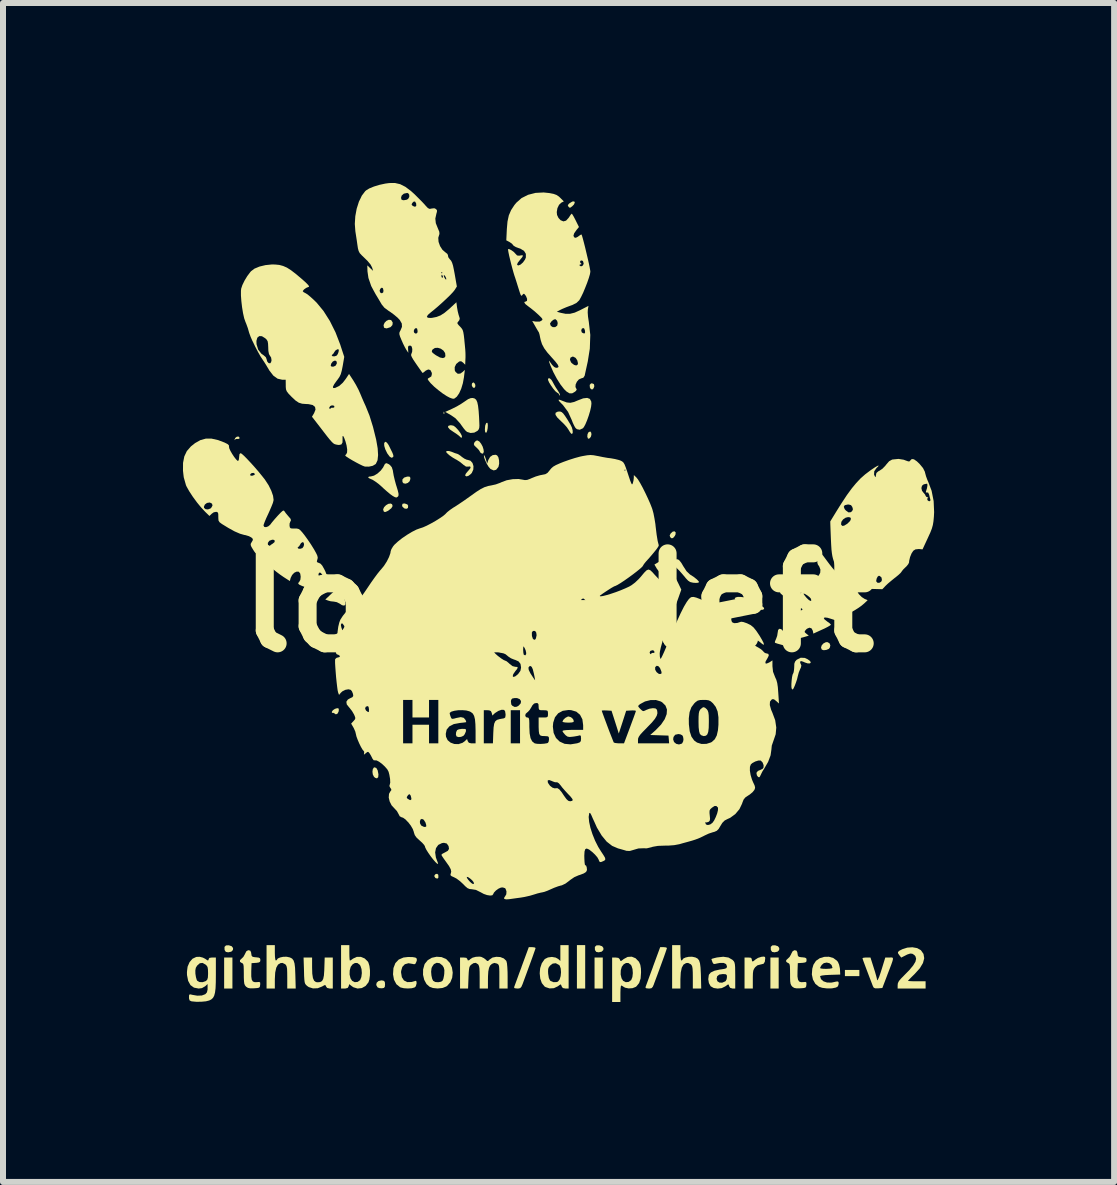
<source format=kicad_pcb>
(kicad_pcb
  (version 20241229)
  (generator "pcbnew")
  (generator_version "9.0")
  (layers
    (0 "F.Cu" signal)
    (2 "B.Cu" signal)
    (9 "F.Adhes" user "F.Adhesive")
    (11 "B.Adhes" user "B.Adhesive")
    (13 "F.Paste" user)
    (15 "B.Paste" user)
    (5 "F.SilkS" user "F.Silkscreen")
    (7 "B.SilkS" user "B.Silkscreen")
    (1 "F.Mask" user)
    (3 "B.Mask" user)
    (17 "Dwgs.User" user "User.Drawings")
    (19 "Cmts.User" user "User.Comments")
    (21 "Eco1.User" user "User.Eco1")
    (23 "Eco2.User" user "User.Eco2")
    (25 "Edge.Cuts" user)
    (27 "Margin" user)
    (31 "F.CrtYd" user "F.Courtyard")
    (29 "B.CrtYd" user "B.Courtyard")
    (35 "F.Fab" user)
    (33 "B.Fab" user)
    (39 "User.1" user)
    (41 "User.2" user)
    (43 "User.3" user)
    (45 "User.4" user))
  (footprint "logo-left"
    (layer "F.Cu")
    (at 6.256 6.995)
    (property "Reference" "logo-left" (at 0 0 0) (layer "F.SilkS") (effects (font (size 1.5 1.5) (thickness 0.3))))
    (attr board_only exclude_from_pos_files exclude_from_bom)
    (fp_poly (pts (xy -1.902 -3.176) (xy -1.9 -3.149) (xy -1.904 -3.143) (xy -1.911 -3.148) (xy -1.913 -3.166) (xy -1.908 -3.184)) (stroke (width 0) (type solid)) (fill yes) (layer "F.SilkS"))
    (fp_poly (pts (xy -5.432 6.173) (xy -5.432 6.432) (xy -5.501 6.432) (xy -5.57 6.432) (xy -5.57 6.173) (xy -5.57 5.915) (xy -5.501 5.915) (xy -5.432 5.915)) (stroke (width 0) (type solid)) (fill yes) (layer "F.SilkS"))
    (fp_poly (pts (xy 0.448 6.07) (xy 0.448 6.432) (xy 0.379 6.432) (xy 0.31 6.432) (xy 0.31 6.07) (xy 0.31 5.708) (xy 0.379 5.708) (xy 0.448 5.708)) (stroke (width 0) (type solid)) (fill yes) (layer "F.SilkS"))
    (fp_poly (pts (xy 0.741 6.173) (xy 0.741 6.432) (xy 0.673 6.432) (xy 0.604 6.432) (xy 0.604 6.173) (xy 0.604 5.915) (xy 0.673 5.915) (xy 0.741 5.915)) (stroke (width 0) (type solid)) (fill yes) (layer "F.SilkS"))
    (fp_poly (pts (xy 3.673 6.173) (xy 3.673 6.432) (xy 3.604 6.432) (xy 3.535 6.432) (xy 3.535 6.173) (xy 3.535 5.915) (xy 3.604 5.915) (xy 3.673 5.915)) (stroke (width 0) (type solid)) (fill yes) (layer "F.SilkS"))
    (fp_poly (pts (xy 5.018 6.173) (xy 5.018 6.225) (xy 4.897 6.225) (xy 4.777 6.225) (xy 4.777 6.173) (xy 4.777 6.122) (xy 4.897 6.122) (xy 5.018 6.122)) (stroke (width 0) (type solid)) (fill yes) (layer "F.SilkS"))
    (fp_poly (pts (xy -1.41 -3.669) (xy -1.388 -3.646) (xy -1.382 -3.611) (xy -1.392 -3.584) (xy -1.415 -3.581) (xy -1.43 -3.594) (xy -1.443 -3.625) (xy -1.438 -3.655) (xy -1.42 -3.67)) (stroke (width 0) (type solid)) (fill yes) (layer "F.SilkS"))
    (fp_poly (pts (xy -2.557 -1.652) (xy -2.516 -1.637) (xy -2.503 -1.615) (xy -2.507 -1.577) (xy -2.533 -1.564) (xy -2.565 -1.57) (xy -2.597 -1.597) (xy -2.604 -1.621) (xy -2.597 -1.647) (xy -2.571 -1.653)) (stroke (width 0) (type solid)) (fill yes) (layer "F.SilkS"))
    (fp_poly (pts (xy 1.956 -1.172) (xy 1.954 -1.137) (xy 1.941 -1.111) (xy 1.912 -1.077) (xy 1.887 -1.073) (xy 1.865 -1.092) (xy 1.856 -1.119) (xy 1.872 -1.152) (xy 1.907 -1.184) (xy 1.937 -1.189)) (stroke (width 0) (type solid)) (fill yes) (layer "F.SilkS"))
    (fp_poly (pts (xy -5.329 -2.768) (xy -5.311 -2.746) (xy -5.321 -2.73) (xy -5.345 -2.729) (xy -5.376 -2.728) (xy -5.386 -2.718) (xy -5.394 -2.708) (xy -5.396 -2.718) (xy -5.385 -2.745) (xy -5.358 -2.766) (xy -5.331 -2.769)) (stroke (width 0) (type solid)) (fill yes) (layer "F.SilkS"))
    (fp_poly (pts (xy -2.001 4.536) (xy -2 4.544) (xy -1.999 4.575) (xy -1.999 4.582) (xy -2.009 4.598) (xy -2.037 4.595) (xy -2.05 4.588) (xy -2.066 4.562) (xy -2.064 4.545) (xy -2.044 4.523) (xy -2.018 4.52)) (stroke (width 0) (type solid)) (fill yes) (layer "F.SilkS"))
    (fp_poly (pts (xy 0.275 -6.669) (xy 0.26 -6.636) (xy 0.234 -6.609) (xy 0.203 -6.585) (xy 0.184 -6.585) (xy 0.17 -6.599) (xy 0.158 -6.622) (xy 0.172 -6.644) (xy 0.188 -6.658) (xy 0.234 -6.686) (xy 0.265 -6.688)) (stroke (width 0) (type solid)) (fill yes) (layer "F.SilkS"))
    (fp_poly (pts (xy 0.549 -2.832) (xy 0.552 -2.801) (xy 0.543 -2.766) (xy 0.523 -2.74) (xy 0.501 -2.732) (xy 0.494 -2.736) (xy 0.483 -2.767) (xy 0.487 -2.809) (xy 0.504 -2.841) (xy 0.506 -2.843) (xy 0.533 -2.853)) (stroke (width 0) (type solid)) (fill yes) (layer "F.SilkS"))
    (fp_poly (pts (xy 0.589 -3.645) (xy 0.595 -3.638) (xy 0.6 -3.607) (xy 0.588 -3.573) (xy 0.566 -3.553) (xy 0.56 -3.552) (xy 0.537 -3.567) (xy 0.526 -3.587) (xy 0.523 -3.629) (xy 0.544 -3.653) (xy 0.56 -3.656)) (stroke (width 0) (type solid)) (fill yes) (layer "F.SilkS"))
    (fp_poly (pts (xy -5.444 5.727) (xy -5.421 5.757) (xy -5.424 5.79) (xy -5.45 5.817) (xy -5.5 5.828) (xy -5.503 5.828) (xy -5.542 5.821) (xy -5.561 5.792) (xy -5.563 5.784) (xy -5.564 5.738) (xy -5.539 5.713) (xy -5.492 5.711)) (stroke (width 0) (type solid)) (fill yes) (layer "F.SilkS"))
    (fp_poly (pts (xy -3.034 2.755) (xy -3.011 2.795) (xy -2.998 2.862) (xy -3.002 2.909) (xy -3.023 2.929) (xy -3.054 2.919) (xy -3.073 2.902) (xy -3.092 2.864) (xy -3.098 2.818) (xy -3.092 2.775) (xy -3.074 2.748) (xy -3.066 2.745)) (stroke (width 0) (type solid)) (fill yes) (layer "F.SilkS"))
    (fp_poly (pts (xy -2.468 -2.086) (xy -2.466 -2.062) (xy -2.478 -2.024) (xy -2.508 -1.996) (xy -2.546 -1.983) (xy -2.58 -1.989) (xy -2.598 -2.011) (xy -2.599 -2.052) (xy -2.571 -2.084) (xy -2.52 -2.101) (xy -2.52 -2.101) (xy -2.482 -2.101)) (stroke (width 0) (type solid)) (fill yes) (layer "F.SilkS"))
    (fp_poly (pts (xy -1.177 -2.986) (xy -1.175 -2.95) (xy -1.178 -2.905) (xy -1.186 -2.863) (xy -1.198 -2.836) (xy -1.203 -2.832) (xy -1.219 -2.841) (xy -1.224 -2.882) (xy -1.224 -2.885) (xy -1.219 -2.95) (xy -1.204 -2.99) (xy -1.187 -3)) (stroke (width 0) (type solid)) (fill yes) (layer "F.SilkS"))
    (fp_poly (pts (xy 0.73 5.727) (xy 0.752 5.757) (xy 0.75 5.79) (xy 0.723 5.817) (xy 0.674 5.828) (xy 0.671 5.828) (xy 0.632 5.821) (xy 0.612 5.792) (xy 0.61 5.784) (xy 0.609 5.738) (xy 0.635 5.713) (xy 0.682 5.711)) (stroke (width 0) (type solid)) (fill yes) (layer "F.SilkS"))
    (fp_poly (pts (xy 3.661 5.727) (xy 3.683 5.757) (xy 3.681 5.79) (xy 3.655 5.817) (xy 3.605 5.828) (xy 3.602 5.828) (xy 3.563 5.821) (xy 3.544 5.792) (xy 3.542 5.784) (xy 3.541 5.738) (xy 3.566 5.713) (xy 3.613 5.711)) (stroke (width 0) (type solid)) (fill yes) (layer "F.SilkS"))
    (fp_poly (pts (xy -3.663 1.763) (xy -3.658 1.787) (xy -3.663 1.818) (xy -3.682 1.852) (xy -3.709 1.862) (xy -3.733 1.845) (xy -3.755 1.835) (xy -3.762 1.838) (xy -3.774 1.835) (xy -3.774 1.817) (xy -3.756 1.792) (xy -3.722 1.77) (xy -3.686 1.759)) (stroke (width 0) (type solid)) (fill yes) (layer "F.SilkS"))
    (fp_poly (pts (xy -2.937 6.297) (xy -2.904 6.305) (xy -2.891 6.327) (xy -2.888 6.363) (xy -2.892 6.404) (xy -2.908 6.422) (xy -2.94 6.428) (xy -2.984 6.425) (xy -3.013 6.412) (xy -3.035 6.373) (xy -3.028 6.335) (xy -2.997 6.307) (xy -2.949 6.296)) (stroke (width 0) (type solid)) (fill yes) (layer "F.SilkS"))
    (fp_poly (pts (xy -2.79 -4.711) (xy -2.783 -4.706) (xy -2.76 -4.668) (xy -2.765 -4.627) (xy -2.796 -4.593) (xy -2.803 -4.59) (xy -2.861 -4.571) (xy -2.898 -4.579) (xy -2.906 -4.588) (xy -2.913 -4.626) (xy -2.896 -4.665) (xy -2.865 -4.697) (xy -2.826 -4.715)) (stroke (width 0) (type solid)) (fill yes) (layer "F.SilkS"))
    (fp_poly (pts (xy -2.771 -1.64) (xy -2.762 -1.61) (xy -2.783 -1.574) (xy -2.832 -1.535) (xy -2.84 -1.53) (xy -2.879 -1.512) (xy -2.901 -1.513) (xy -2.911 -1.522) (xy -2.92 -1.555) (xy -2.904 -1.591) (xy -2.872 -1.624) (xy -2.833 -1.647) (xy -2.794 -1.652)) (stroke (width 0) (type solid)) (fill yes) (layer "F.SilkS"))
    (fp_poly (pts (xy 0.212 1.91) (xy 0.246 1.941) (xy 0.259 1.976) (xy 0.249 1.991) (xy 0.216 1.998) (xy 0.164 2) (xy 0.112 1.997) (xy 0.077 1.99) (xy 0.069 1.983) (xy 0.083 1.954) (xy 0.115 1.922) (xy 0.153 1.901) (xy 0.171 1.897)) (stroke (width 0) (type solid)) (fill yes) (layer "F.SilkS"))
    (fp_poly (pts (xy 4.52 0.677) (xy 4.534 0.712) (xy 4.525 0.751) (xy 4.508 0.771) (xy 4.467 0.788) (xy 4.423 0.793) (xy 4.391 0.782) (xy 4.391 0.782) (xy 4.379 0.749) (xy 4.39 0.712) (xy 4.42 0.679) (xy 4.46 0.659) (xy 4.486 0.658)) (stroke (width 0) (type solid)) (fill yes) (layer "F.SilkS"))
    (fp_poly (pts (xy -2.857 -2.667) (xy -2.831 -2.631) (xy -2.821 -2.612) (xy -2.794 -2.557) (xy -2.769 -2.506) (xy -2.764 -2.496) (xy -2.75 -2.457) (xy -2.75 -2.431) (xy -2.775 -2.414) (xy -2.807 -2.43) (xy -2.845 -2.479) (xy -2.854 -2.494) (xy -2.884 -2.556) (xy -2.901 -2.612) (xy -2.903 -2.656) (xy -2.889 -2.679) (xy -2.88 -2.681)) (stroke (width 0) (type solid)) (fill yes) (layer "F.SilkS"))
    (fp_poly (pts (xy -1.749 -2.95) (xy -1.711 -2.922) (xy -1.669 -2.877) (xy -1.633 -2.829) (xy -1.611 -2.788) (xy -1.606 -2.766) (xy -1.614 -2.746) (xy -1.628 -2.755) (xy -1.635 -2.763) (xy -1.661 -2.786) (xy -1.706 -2.819) (xy -1.751 -2.848) (xy -1.809 -2.888) (xy -1.837 -2.921) (xy -1.836 -2.945) (xy -1.805 -2.956) (xy -1.786 -2.957)) (stroke (width 0) (type solid)) (fill yes) (layer "F.SilkS"))
    (fp_poly (pts (xy -1.555 2.105) (xy -1.539 2.115) (xy -1.54 2.14) (xy -1.542 2.151) (xy -1.561 2.194) (xy -1.582 2.22) (xy -1.621 2.237) (xy -1.664 2.241) (xy -1.696 2.23) (xy -1.696 2.23) (xy -1.707 2.2) (xy -1.703 2.158) (xy -1.687 2.125) (xy -1.686 2.124) (xy -1.657 2.111) (xy -1.609 2.104) (xy -1.598 2.104)) (stroke (width 0) (type solid)) (fill yes) (layer "F.SilkS"))
    (fp_poly (pts (xy -1.316 -2.686) (xy -1.287 -2.649) (xy -1.262 -2.603) (xy -1.247 -2.555) (xy -1.242 -2.514) (xy -1.253 -2.488) (xy -1.268 -2.483) (xy -1.295 -2.497) (xy -1.305 -2.513) (xy -1.324 -2.544) (xy -1.359 -2.581) (xy -1.367 -2.588) (xy -1.399 -2.619) (xy -1.408 -2.643) (xy -1.398 -2.671) (xy -1.372 -2.698) (xy -1.349 -2.704)) (stroke (width 0) (type solid)) (fill yes) (layer "F.SilkS"))
    (fp_poly (pts (xy 2.647 -0.287) (xy 2.654 -0.262) (xy 2.652 -0.238) (xy 2.641 -0.192) (xy 2.619 -0.179) (xy 2.585 -0.197) (xy 2.579 -0.202) (xy 2.561 -0.217) (xy 2.561 -0.209) (xy 2.565 -0.193) (xy 2.555 -0.197) (xy 2.536 -0.218) (xy 2.535 -0.224) (xy 2.549 -0.253) (xy 2.582 -0.28) (xy 2.62 -0.293) (xy 2.623 -0.293)) (stroke (width 0) (type solid)) (fill yes) (layer "F.SilkS"))
    (fp_poly (pts (xy -3.635 -0.23) (xy -3.626 -0.22) (xy -3.609 -0.189) (xy -3.59 -0.139) (xy -3.57 -0.08) (xy -3.555 -0.025) (xy -3.547 0.016) (xy -3.548 0.03) (xy -3.569 0.05) (xy -3.606 0.042) (xy -3.643 0.017) (xy -3.692 -0.008) (xy -3.739 -0.017) (xy -3.795 -0.023) (xy -3.838 -0.035) (xy -3.884 -0.052) (xy -3.784 -0.147) (xy -3.725 -0.2) (xy -3.685 -0.23) (xy -3.656 -0.239)) (stroke (width 0) (type solid)) (fill yes) (layer "F.SilkS"))
    (fp_poly (pts (xy -0.142 -3.738) (xy -0.115 -3.713) (xy -0.098 -3.686) (xy -0.072 -3.638) (xy -0.045 -3.591) (xy -0.007 -3.533) (xy 0.006 -3.512) (xy 0.025 -3.477) (xy 0.029 -3.455) (xy 0.028 -3.453) (xy 0.018 -3.456) (xy 0.017 -3.463) (xy 0.003 -3.486) (xy -0.022 -3.502) (xy -0.05 -3.525) (xy -0.086 -3.568) (xy -0.123 -3.621) (xy -0.154 -3.671) (xy -0.171 -3.711) (xy -0.172 -3.72) (xy -0.164 -3.741)) (stroke (width 0) (type solid)) (fill yes) (layer "F.SilkS"))
    (fp_poly (pts (xy 3.67 -0.366) (xy 3.7 -0.331) (xy 3.737 -0.281) (xy 3.777 -0.225) (xy 3.815 -0.169) (xy 3.844 -0.121) (xy 3.861 -0.089) (xy 3.863 -0.082) (xy 3.85 -0.07) (xy 3.815 -0.077) (xy 3.765 -0.102) (xy 3.765 -0.103) (xy 3.706 -0.151) (xy 3.679 -0.207) (xy 3.68 -0.251) (xy 3.682 -0.285) (xy 3.675 -0.3) (xy 3.66 -0.32) (xy 3.65 -0.35) (xy 3.648 -0.374) (xy 3.654 -0.379)) (stroke (width 0) (type solid)) (fill yes) (layer "F.SilkS"))
    (fp_poly (pts (xy 0.033 -3.185) (xy 0.056 -3.176) (xy 0.081 -3.154) (xy 0.111 -3.114) (xy 0.151 -3.053) (xy 0.202 -2.969) (xy 0.226 -2.92) (xy 0.239 -2.871) (xy 0.24 -2.831) (xy 0.229 -2.812) (xy 0.225 -2.811) (xy 0.207 -2.825) (xy 0.183 -2.86) (xy 0.173 -2.878) (xy 0.142 -2.924) (xy 0.094 -2.978) (xy 0.043 -3.027) (xy -0.017 -3.086) (xy -0.047 -3.131) (xy -0.046 -3.164) (xy -0.014 -3.182) (xy 0.009 -3.186)) (stroke (width 0) (type solid)) (fill yes) (layer "F.SilkS"))
    (fp_poly (pts (xy -1.021 -2.455) (xy -1 -2.425) (xy -0.988 -2.374) (xy -0.986 -2.318) (xy -0.996 -2.269) (xy -1 -2.26) (xy -1.036 -2.215) (xy -1.077 -2.204) (xy -1.126 -2.226) (xy -1.136 -2.234) (xy -1.163 -2.266) (xy -1.192 -2.314) (xy -1.217 -2.367) (xy -1.235 -2.415) (xy -1.241 -2.45) (xy -1.237 -2.458) (xy -1.229 -2.448) (xy -1.215 -2.414) (xy -1.208 -2.393) (xy -1.186 -2.319) (xy -1.166 -2.379) (xy -1.137 -2.429) (xy -1.094 -2.459) (xy -1.046 -2.465)) (stroke (width 0) (type solid)) (fill yes) (layer "F.SilkS"))
    (fp_poly (pts (xy -0.397 5.746) (xy -0.38 5.755) (xy -0.379 5.756) (xy -0.385 5.778) (xy -0.404 5.832) (xy -0.434 5.917) (xy -0.476 6.032) (xy -0.529 6.177) (xy -0.593 6.351) (xy -0.596 6.359) (xy -0.616 6.404) (xy -0.637 6.426) (xy -0.669 6.432) (xy -0.684 6.432) (xy -0.727 6.427) (xy -0.738 6.413) (xy -0.737 6.41) (xy -0.729 6.388) (xy -0.711 6.339) (xy -0.685 6.268) (xy -0.653 6.18) (xy -0.616 6.081) (xy -0.611 6.065) (xy -0.492 5.742) (xy -0.436 5.742)) (stroke (width 0) (type solid)) (fill yes) (layer "F.SilkS"))
    (fp_poly (pts (xy 1.793 5.746) (xy 1.81 5.755) (xy 1.811 5.756) (xy 1.804 5.778) (xy 1.786 5.832) (xy 1.756 5.917) (xy 1.714 6.032) (xy 1.661 6.177) (xy 1.596 6.351) (xy 1.594 6.359) (xy 1.574 6.404) (xy 1.553 6.426) (xy 1.521 6.432) (xy 1.506 6.432) (xy 1.463 6.427) (xy 1.452 6.413) (xy 1.453 6.41) (xy 1.461 6.388) (xy 1.479 6.339) (xy 1.505 6.268) (xy 1.537 6.18) (xy 1.574 6.081) (xy 1.579 6.065) (xy 1.698 5.742) (xy 1.754 5.742)) (stroke (width 0) (type solid)) (fill yes) (layer "F.SilkS"))
    (fp_poly (pts (xy 3.717 0.443) (xy 3.752 0.479) (xy 3.779 0.524) (xy 3.815 0.583) (xy 3.858 0.64) (xy 3.867 0.65) (xy 3.9 0.69) (xy 3.91 0.72) (xy 3.904 0.74) (xy 3.891 0.761) (xy 3.873 0.763) (xy 3.837 0.746) (xy 3.789 0.725) (xy 3.727 0.704) (xy 3.702 0.697) (xy 3.652 0.683) (xy 3.618 0.671) (xy 3.61 0.667) (xy 3.611 0.648) (xy 3.626 0.612) (xy 3.629 0.606) (xy 3.648 0.553) (xy 3.656 0.502) (xy 3.664 0.454) (xy 3.686 0.435)) (stroke (width 0) (type solid)) (fill yes) (layer "F.SilkS"))
    (fp_poly (pts (xy 2.448 1.753) (xy 2.476 1.778) (xy 2.491 1.8) (xy 2.501 1.83) (xy 2.507 1.876) (xy 2.509 1.944) (xy 2.509 1.991) (xy 2.507 2.087) (xy 2.499 2.153) (xy 2.484 2.195) (xy 2.461 2.217) (xy 2.426 2.224) (xy 2.421 2.224) (xy 2.38 2.209) (xy 2.359 2.186) (xy 2.347 2.145) (xy 2.339 2.077) (xy 2.337 1.985) (xy 2.337 1.981) (xy 2.338 1.899) (xy 2.342 1.845) (xy 2.35 1.809) (xy 2.364 1.784) (xy 2.369 1.778) (xy 2.4 1.751) (xy 2.423 1.742)) (stroke (width 0) (type solid)) (fill yes) (layer "F.SilkS"))
    (fp_poly (pts (xy 3.046 -0.095) (xy 3.104 -0.085) (xy 3.158 -0.067) (xy 3.177 -0.057) (xy 3.231 -0.027) (xy 3.297 0.007) (xy 3.337 0.025) (xy 3.394 0.056) (xy 3.426 0.084) (xy 3.431 0.106) (xy 3.409 0.118) (xy 3.384 0.12) (xy 3.339 0.107) (xy 3.281 0.072) (xy 3.253 0.051) (xy 3.19 0.008) (xy 3.137 -0.014) (xy 3.099 -0.014) (xy 3.082 0.004) (xy 3.064 0.011) (xy 3.03 0.003) (xy 2.991 -0.017) (xy 2.958 -0.041) (xy 2.941 -0.065) (xy 2.94 -0.068) (xy 2.955 -0.087) (xy 2.993 -0.096)) (stroke (width 0) (type solid)) (fill yes) (layer "F.SilkS"))
    (fp_poly (pts (xy -1.393 -3.402) (xy -1.369 -3.381) (xy -1.351 -3.342) (xy -1.338 -3.282) (xy -1.328 -3.195) (xy -1.321 -3.092) (xy -1.317 -3.007) (xy -1.315 -2.95) (xy -1.318 -2.914) (xy -1.326 -2.89) (xy -1.339 -2.872) (xy -1.348 -2.863) (xy -1.401 -2.834) (xy -1.463 -2.828) (xy -1.521 -2.846) (xy -1.546 -2.867) (xy -1.576 -2.903) (xy -1.614 -2.955) (xy -1.637 -2.988) (xy -1.715 -3.074) (xy -1.789 -3.125) (xy -1.885 -3.179) (xy -1.765 -3.234) (xy -1.691 -3.271) (xy -1.617 -3.315) (xy -1.562 -3.352) (xy -1.503 -3.392) (xy -1.457 -3.41) (xy -1.424 -3.411)) (stroke (width 0) (type solid)) (fill yes) (layer "F.SilkS"))
    (fp_poly (pts (xy 1.995 -0.721) (xy 2.019 -0.703) (xy 2.051 -0.662) (xy 2.082 -0.609) (xy 2.137 -0.524) (xy 2.195 -0.469) (xy 2.203 -0.464) (xy 2.263 -0.425) (xy 2.311 -0.386) (xy 2.34 -0.355) (xy 2.345 -0.342) (xy 2.33 -0.332) (xy 2.294 -0.329) (xy 2.248 -0.332) (xy 2.204 -0.342) (xy 2.196 -0.345) (xy 2.163 -0.367) (xy 2.125 -0.407) (xy 2.11 -0.426) (xy 2.071 -0.472) (xy 2.02 -0.53) (xy 1.97 -0.58) (xy 1.926 -0.626) (xy 1.894 -0.664) (xy 1.88 -0.687) (xy 1.88 -0.688) (xy 1.895 -0.706) (xy 1.931 -0.719) (xy 1.975 -0.723)) (stroke (width 0) (type solid)) (fill yes) (layer "F.SilkS"))
    (fp_poly (pts (xy 0.526 -3.396) (xy 0.549 -3.352) (xy 0.552 -3.316) (xy 0.546 -3.264) (xy 0.53 -3.194) (xy 0.507 -3.117) (xy 0.48 -3.041) (xy 0.452 -2.974) (xy 0.426 -2.926) (xy 0.409 -2.906) (xy 0.357 -2.882) (xy 0.311 -2.891) (xy 0.287 -2.911) (xy 0.267 -2.944) (xy 0.242 -2.997) (xy 0.224 -3.044) (xy 0.162 -3.18) (xy 0.078 -3.293) (xy 0.051 -3.32) (xy 0.013 -3.36) (xy 0.003 -3.381) (xy 0.022 -3.382) (xy 0.069 -3.364) (xy 0.073 -3.362) (xy 0.141 -3.337) (xy 0.2 -3.331) (xy 0.263 -3.345) (xy 0.325 -3.371) (xy 0.414 -3.405) (xy 0.481 -3.413)) (stroke (width 0) (type solid)) (fill yes) (layer "F.SilkS"))
    (fp_poly (pts (xy 3.445 5.907) (xy 3.449 5.925) (xy 3.442 5.986) (xy 3.421 6.019) (xy 3.381 6.029) (xy 3.376 6.03) (xy 3.319 6.045) (xy 3.282 6.076) (xy 3.263 6.103) (xy 3.25 6.133) (xy 3.244 6.175) (xy 3.242 6.239) (xy 3.242 6.278) (xy 3.242 6.432) (xy 3.173 6.432) (xy 3.104 6.432) (xy 3.104 6.173) (xy 3.104 5.915) (xy 3.164 5.915) (xy 3.206 5.918) (xy 3.223 5.934) (xy 3.225 5.949) (xy 3.23 5.978) (xy 3.247 5.979) (xy 3.282 5.952) (xy 3.286 5.948) (xy 3.329 5.921) (xy 3.383 5.904) (xy 3.386 5.903) (xy 3.428 5.899)) (stroke (width 0) (type solid)) (fill yes) (layer "F.SilkS"))
    (fp_poly (pts (xy -2.824 -2.307) (xy -2.807 -2.294) (xy -2.776 -2.258) (xy -2.758 -2.203) (xy -2.754 -2.175) (xy -2.744 -2.118) (xy -2.726 -2.042) (xy -2.704 -1.961) (xy -2.697 -1.94) (xy -2.675 -1.867) (xy -2.664 -1.82) (xy -2.663 -1.79) (xy -2.67 -1.772) (xy -2.675 -1.767) (xy -2.695 -1.753) (xy -2.721 -1.757) (xy -2.759 -1.778) (xy -2.8 -1.807) (xy -2.854 -1.852) (xy -2.914 -1.905) (xy -2.931 -1.922) (xy -2.99 -1.974) (xy -3.049 -2.018) (xy -3.096 -2.048) (xy -3.108 -2.053) (xy -3.155 -2.074) (xy -3.171 -2.091) (xy -3.154 -2.101) (xy -3.123 -2.104) (xy -3.072 -2.117) (xy -3.014 -2.152) (xy -2.96 -2.201) (xy -2.92 -2.254) (xy -2.911 -2.272) (xy -2.889 -2.314) (xy -2.863 -2.325)) (stroke (width 0) (type solid)) (fill yes) (layer "F.SilkS"))
    (fp_poly (pts (xy -2.428 5.908) (xy -2.381 5.916) (xy -2.36 5.933) (xy -2.358 5.961) (xy -2.365 5.983) (xy -2.382 6.019) (xy -2.403 6.028) (xy -2.42 6.023) (xy -2.497 6.01) (xy -2.558 6.027) (xy -2.6 6.071) (xy -2.62 6.14) (xy -2.621 6.164) (xy -2.608 6.243) (xy -2.573 6.297) (xy -2.517 6.325) (xy -2.446 6.323) (xy -2.407 6.312) (xy -2.375 6.303) (xy -2.364 6.315) (xy -2.362 6.346) (xy -2.375 6.394) (xy -2.396 6.414) (xy -2.442 6.427) (xy -2.507 6.431) (xy -2.574 6.427) (xy -2.628 6.414) (xy -2.637 6.41) (xy -2.699 6.36) (xy -2.739 6.285) (xy -2.755 6.195) (xy -2.748 6.091) (xy -2.716 6.008) (xy -2.66 5.949) (xy -2.581 5.915) (xy -2.503 5.906)) (stroke (width 0) (type solid)) (fill yes) (layer "F.SilkS"))
    (fp_poly (pts (xy 5.566 5.915) (xy 5.576 5.923) (xy 5.578 5.941) (xy 5.57 5.974) (xy 5.552 6.027) (xy 5.523 6.103) (xy 5.483 6.207) (xy 5.483 6.208) (xy 5.401 6.423) (xy 5.33 6.429) (xy 5.283 6.429) (xy 5.258 6.418) (xy 5.244 6.394) (xy 5.186 6.243) (xy 5.141 6.124) (xy 5.107 6.033) (xy 5.084 5.971) (xy 5.072 5.935) (xy 5.07 5.926) (xy 5.085 5.919) (xy 5.123 5.915) (xy 5.136 5.915) (xy 5.203 5.915) (xy 5.257 6.085) (xy 5.28 6.158) (xy 5.298 6.221) (xy 5.309 6.264) (xy 5.311 6.278) (xy 5.315 6.296) (xy 5.327 6.282) (xy 5.347 6.239) (xy 5.371 6.17) (xy 5.396 6.091) (xy 5.45 5.915) (xy 5.52 5.915) (xy 5.547 5.914)) (stroke (width 0) (type solid)) (fill yes) (layer "F.SilkS"))
    (fp_poly (pts (xy -4.104 6.083) (xy -4.101 6.185) (xy -4.09 6.257) (xy -4.07 6.302) (xy -4.04 6.324) (xy -4.011 6.328) (xy -3.969 6.324) (xy -3.939 6.307) (xy -3.919 6.272) (xy -3.907 6.215) (xy -3.901 6.13) (xy -3.9 6.097) (xy -3.894 5.915) (xy -3.827 5.915) (xy -3.759 5.915) (xy -3.759 6.173) (xy -3.759 6.432) (xy -3.81 6.432) (xy -3.853 6.422) (xy -3.871 6.398) (xy -3.88 6.377) (xy -3.893 6.374) (xy -3.922 6.389) (xy -3.937 6.398) (xy -4.011 6.427) (xy -4.089 6.43) (xy -4.159 6.408) (xy -4.185 6.39) (xy -4.205 6.372) (xy -4.219 6.353) (xy -4.228 6.326) (xy -4.233 6.285) (xy -4.237 6.223) (xy -4.239 6.134) (xy -4.239 6.132) (xy -4.246 5.915) (xy -4.175 5.915) (xy -4.104 5.915)) (stroke (width 0) (type solid)) (fill yes) (layer "F.SilkS"))
    (fp_poly (pts (xy 4.107 0.921) (xy 4.157 0.944) (xy 4.198 0.975) (xy 4.208 0.999) (xy 4.193 1.013) (xy 4.158 1.013) (xy 4.106 0.996) (xy 4.098 0.991) (xy 4.054 0.975) (xy 4.031 0.98) (xy 4.032 1.005) (xy 4.039 1.018) (xy 4.051 1.048) (xy 4.043 1.083) (xy 4.031 1.108) (xy 4.008 1.164) (xy 3.991 1.227) (xy 3.99 1.232) (xy 3.979 1.278) (xy 3.961 1.332) (xy 3.941 1.385) (xy 3.922 1.427) (xy 3.908 1.448) (xy 3.906 1.448) (xy 3.892 1.437) (xy 3.891 1.435) (xy 3.885 1.407) (xy 3.885 1.357) (xy 3.889 1.298) (xy 3.896 1.241) (xy 3.905 1.199) (xy 3.912 1.186) (xy 3.923 1.158) (xy 3.93 1.109) (xy 3.932 1.076) (xy 3.934 1.018) (xy 3.946 0.983) (xy 3.97 0.955) (xy 3.977 0.95) (xy 4.04 0.918)) (stroke (width 0) (type solid)) (fill yes) (layer "F.SilkS"))
    (fp_poly (pts (xy -4.725 5.837) (xy -4.723 5.902) (xy -4.717 5.948) (xy -4.708 5.966) (xy -4.708 5.966) (xy -4.691 5.955) (xy -4.69 5.951) (xy -4.675 5.931) (xy -4.636 5.914) (xy -4.586 5.903) (xy -4.534 5.902) (xy -4.523 5.903) (xy -4.473 5.914) (xy -4.437 5.933) (xy -4.413 5.964) (xy -4.397 6.013) (xy -4.388 6.084) (xy -4.384 6.184) (xy -4.383 6.208) (xy -4.377 6.432) (xy -4.448 6.432) (xy -4.518 6.432) (xy -4.518 6.245) (xy -4.519 6.16) (xy -4.521 6.103) (xy -4.528 6.066) (xy -4.538 6.043) (xy -4.552 6.027) (xy -4.597 6.005) (xy -4.63 6.008) (xy -4.672 6.033) (xy -4.701 6.084) (xy -4.719 6.165) (xy -4.725 6.276) (xy -4.725 6.285) (xy -4.725 6.432) (xy -4.794 6.432) (xy -4.863 6.432) (xy -4.863 6.07) (xy -4.863 5.708) (xy -4.794 5.708) (xy -4.725 5.708)) (stroke (width 0) (type solid)) (fill yes) (layer "F.SilkS"))
    (fp_poly (pts (xy -1.777 -2.514) (xy -1.769 -2.511) (xy -1.725 -2.493) (xy -1.693 -2.483) (xy -1.69 -2.483) (xy -1.665 -2.472) (xy -1.627 -2.446) (xy -1.61 -2.431) (xy -1.565 -2.4) (xy -1.523 -2.381) (xy -1.511 -2.38) (xy -1.463 -2.365) (xy -1.43 -2.327) (xy -1.414 -2.275) (xy -1.417 -2.218) (xy -1.441 -2.164) (xy -1.456 -2.146) (xy -1.496 -2.115) (xy -1.53 -2.104) (xy -1.55 -2.115) (xy -1.552 -2.126) (xy -1.54 -2.152) (xy -1.511 -2.187) (xy -1.501 -2.198) (xy -1.468 -2.237) (xy -1.461 -2.262) (xy -1.479 -2.271) (xy -1.503 -2.267) (xy -1.539 -2.268) (xy -1.582 -2.298) (xy -1.592 -2.307) (xy -1.643 -2.348) (xy -1.698 -2.383) (xy -1.707 -2.387) (xy -1.76 -2.418) (xy -1.816 -2.457) (xy -1.826 -2.466) (xy -1.861 -2.498) (xy -1.871 -2.516) (xy -1.858 -2.527) (xy -1.857 -2.528) (xy -1.823 -2.528)) (stroke (width 0) (type solid)) (fill yes) (layer "F.SilkS"))
    (fp_poly (pts (xy 2.035 5.837) (xy 2.037 5.902) (xy 2.043 5.948) (xy 2.051 5.966) (xy 2.052 5.966) (xy 2.069 5.955) (xy 2.069 5.951) (xy 2.085 5.931) (xy 2.123 5.914) (xy 2.174 5.903) (xy 2.225 5.902) (xy 2.237 5.903) (xy 2.286 5.914) (xy 2.322 5.933) (xy 2.347 5.964) (xy 2.362 6.013) (xy 2.371 6.084) (xy 2.376 6.184) (xy 2.377 6.208) (xy 2.382 6.432) (xy 2.312 6.432) (xy 2.242 6.432) (xy 2.242 6.245) (xy 2.241 6.16) (xy 2.238 6.103) (xy 2.232 6.066) (xy 2.222 6.043) (xy 2.208 6.027) (xy 2.163 6.005) (xy 2.129 6.008) (xy 2.087 6.033) (xy 2.058 6.084) (xy 2.041 6.165) (xy 2.035 6.276) (xy 2.035 6.285) (xy 2.035 6.432) (xy 1.966 6.432) (xy 1.897 6.432) (xy 1.897 6.07) (xy 1.897 5.708) (xy 1.966 5.708) (xy 2.035 5.708)) (stroke (width 0) (type solid)) (fill yes) (layer "F.SilkS"))
    (fp_poly (pts (xy -1.946 5.908) (xy -1.871 5.94) (xy -1.863 5.946) (xy -1.807 6.006) (xy -1.773 6.082) (xy -1.76 6.167) (xy -1.769 6.252) (xy -1.8 6.328) (xy -1.853 6.388) (xy -1.87 6.399) (xy -1.933 6.423) (xy -2.012 6.431) (xy -2.09 6.423) (xy -2.142 6.405) (xy -2.197 6.357) (xy -2.235 6.287) (xy -2.255 6.203) (xy -2.254 6.151) (xy -2.12 6.151) (xy -2.115 6.214) (xy -2.102 6.271) (xy -2.086 6.303) (xy -2.051 6.323) (xy -2.001 6.327) (xy -1.954 6.318) (xy -1.93 6.302) (xy -1.916 6.269) (xy -1.905 6.217) (xy -1.901 6.185) (xy -1.899 6.124) (xy -1.909 6.083) (xy -1.931 6.048) (xy -1.978 6.01) (xy -2.027 6.003) (xy -2.073 6.025) (xy -2.106 6.073) (xy -2.114 6.098) (xy -2.12 6.151) (xy -2.254 6.151) (xy -2.254 6.115) (xy -2.231 6.032) (xy -2.225 6.019) (xy -2.176 5.959) (xy -2.108 5.919) (xy -2.028 5.902)) (stroke (width 0) (type solid)) (fill yes) (layer "F.SilkS"))
    (fp_poly (pts (xy 5.981 5.758) (xy 6.042 5.792) (xy 6.044 5.794) (xy 6.087 5.855) (xy 6.099 5.927) (xy 6.078 6.007) (xy 6.025 6.095) (xy 5.94 6.189) (xy 5.931 6.198) (xy 5.884 6.244) (xy 5.848 6.281) (xy 5.83 6.301) (xy 5.828 6.304) (xy 5.844 6.307) (xy 5.887 6.31) (xy 5.948 6.311) (xy 5.975 6.311) (xy 6.122 6.311) (xy 6.122 6.372) (xy 6.122 6.432) (xy 5.889 6.432) (xy 5.656 6.432) (xy 5.656 6.375) (xy 5.66 6.342) (xy 5.677 6.308) (xy 5.711 6.267) (xy 5.761 6.216) (xy 5.852 6.123) (xy 5.915 6.047) (xy 5.952 5.986) (xy 5.964 5.936) (xy 5.953 5.896) (xy 5.935 5.874) (xy 5.901 5.852) (xy 5.865 5.849) (xy 5.816 5.865) (xy 5.785 5.881) (xy 5.716 5.916) (xy 5.686 5.879) (xy 5.663 5.846) (xy 5.661 5.824) (xy 5.684 5.802) (xy 5.735 5.776) (xy 5.817 5.75) (xy 5.902 5.744)) (stroke (width 0) (type solid)) (fill yes) (layer "F.SilkS"))
    (fp_poly (pts (xy -3.483 5.837) (xy -3.482 5.899) (xy -3.479 5.945) (xy -3.474 5.966) (xy -3.473 5.966) (xy -3.454 5.957) (xy -3.421 5.933) (xy -3.419 5.932) (xy -3.358 5.904) (xy -3.291 5.904) (xy -3.227 5.931) (xy -3.176 5.981) (xy -3.165 6) (xy -3.148 6.056) (xy -3.139 6.131) (xy -3.14 6.211) (xy -3.15 6.284) (xy -3.164 6.328) (xy -3.212 6.389) (xy -3.275 6.424) (xy -3.346 6.432) (xy -3.415 6.411) (xy -3.439 6.395) (xy -3.485 6.359) (xy -3.495 6.395) (xy -3.511 6.422) (xy -3.546 6.431) (xy -3.563 6.432) (xy -3.621 6.432) (xy -3.621 6.198) (xy -3.479 6.198) (xy -3.464 6.261) (xy -3.437 6.303) (xy -3.393 6.326) (xy -3.344 6.321) (xy -3.303 6.291) (xy -3.303 6.29) (xy -3.283 6.24) (xy -3.275 6.175) (xy -3.28 6.108) (xy -3.298 6.054) (xy -3.311 6.035) (xy -3.351 6.006) (xy -3.39 6.006) (xy -3.427 6.027) (xy -3.46 6.069) (xy -3.477 6.13) (xy -3.479 6.198) (xy -3.621 6.198) (xy -3.621 6.07) (xy -3.621 5.708) (xy -3.552 5.708) (xy -3.483 5.708)) (stroke (width 0) (type solid)) (fill yes) (layer "F.SilkS"))
    (fp_poly (pts (xy 0.172 6.07) (xy 0.172 6.432) (xy 0.119 6.432) (xy 0.076 6.424) (xy 0.057 6.399) (xy 0.057 6.397) (xy 0.046 6.37) (xy 0.04 6.363) (xy 0.022 6.372) (xy -0.01 6.396) (xy -0.013 6.397) (xy -0.074 6.426) (xy -0.146 6.43) (xy -0.212 6.408) (xy -0.23 6.397) (xy -0.275 6.341) (xy -0.301 6.266) (xy -0.31 6.179) (xy -0.308 6.15) (xy -0.171 6.15) (xy -0.169 6.186) (xy -0.158 6.256) (xy -0.138 6.297) (xy -0.129 6.305) (xy -0.079 6.326) (xy -0.026 6.324) (xy -0.005 6.315) (xy 0.022 6.28) (xy 0.039 6.225) (xy 0.045 6.16) (xy 0.04 6.098) (xy 0.023 6.051) (xy 0.012 6.039) (xy -0.042 6.01) (xy -0.093 6.016) (xy -0.131 6.044) (xy -0.157 6.074) (xy -0.169 6.105) (xy -0.171 6.15) (xy -0.308 6.15) (xy -0.302 6.091) (xy -0.275 6.01) (xy -0.231 5.947) (xy -0.225 5.94) (xy -0.173 5.914) (xy -0.107 5.905) (xy -0.044 5.916) (xy -0.002 5.939) (xy 0.034 5.972) (xy 0.034 5.84) (xy 0.034 5.708) (xy 0.103 5.708) (xy 0.172 5.708)) (stroke (width 0) (type solid)) (fill yes) (layer "F.SilkS"))
    (fp_poly (pts (xy 4.583 5.923) (xy 4.643 5.967) (xy 4.661 5.989) (xy 4.68 6.034) (xy 4.693 6.094) (xy 4.695 6.117) (xy 4.699 6.199) (xy 4.531 6.204) (xy 4.452 6.208) (xy 4.395 6.215) (xy 4.366 6.223) (xy 4.363 6.227) (xy 4.378 6.275) (xy 4.42 6.312) (xy 4.48 6.332) (xy 4.551 6.333) (xy 4.578 6.328) (xy 4.632 6.316) (xy 4.66 6.314) (xy 4.671 6.325) (xy 4.673 6.35) (xy 4.673 6.355) (xy 4.661 6.395) (xy 4.629 6.415) (xy 4.561 6.429) (xy 4.479 6.43) (xy 4.399 6.42) (xy 4.345 6.402) (xy 4.284 6.353) (xy 4.244 6.282) (xy 4.226 6.197) (xy 4.233 6.102) (xy 4.236 6.091) (xy 4.363 6.091) (xy 4.378 6.098) (xy 4.419 6.103) (xy 4.466 6.104) (xy 4.525 6.101) (xy 4.562 6.094) (xy 4.57 6.086) (xy 4.555 6.04) (xy 4.52 6.01) (xy 4.473 5.999) (xy 4.425 6.009) (xy 4.39 6.039) (xy 4.37 6.072) (xy 4.363 6.091) (xy 4.236 6.091) (xy 4.253 6.034) (xy 4.295 5.97) (xy 4.357 5.927) (xy 4.432 5.904) (xy 4.51 5.902)) (stroke (width 0) (type solid)) (fill yes) (layer "F.SilkS"))
    (fp_poly (pts (xy -5.134 5.801) (xy -5.121 5.829) (xy -5.118 5.85) (xy -5.112 5.885) (xy -5.095 5.903) (xy -5.058 5.91) (xy -5.039 5.911) (xy -4.993 5.917) (xy -4.972 5.929) (xy -4.966 5.954) (xy -4.966 5.958) (xy -4.971 5.984) (xy -4.99 5.997) (xy -5.033 6.004) (xy -5.039 6.004) (xy -5.113 6.009) (xy -5.118 6.145) (xy -5.118 6.229) (xy -5.11 6.284) (xy -5.091 6.315) (xy -5.058 6.326) (xy -5.022 6.325) (xy -4.983 6.322) (xy -4.969 6.334) (xy -4.969 6.368) (xy -4.97 6.371) (xy -4.974 6.4) (xy -4.987 6.417) (xy -5.017 6.424) (xy -5.071 6.428) (xy -5.073 6.428) (xy -5.135 6.429) (xy -5.174 6.421) (xy -5.203 6.402) (xy -5.207 6.398) (xy -5.223 6.378) (xy -5.234 6.351) (xy -5.239 6.311) (xy -5.242 6.248) (xy -5.242 6.189) (xy -5.243 6.11) (xy -5.245 6.058) (xy -5.251 6.028) (xy -5.261 6.013) (xy -5.276 6.006) (xy -5.277 6.006) (xy -5.306 5.987) (xy -5.306 5.959) (xy -5.278 5.932) (xy -5.25 5.905) (xy -5.225 5.861) (xy -5.222 5.854) (xy -5.2 5.811) (xy -5.171 5.794) (xy -5.162 5.794)) (stroke (width 0) (type solid)) (fill yes) (layer "F.SilkS"))
    (fp_poly (pts (xy 1.288 5.927) (xy 1.341 5.982) (xy 1.345 5.987) (xy 1.367 6.037) (xy 1.377 6.1) (xy 1.379 6.161) (xy 1.372 6.264) (xy 1.347 6.34) (xy 1.303 6.395) (xy 1.29 6.405) (xy 1.236 6.426) (xy 1.172 6.43) (xy 1.114 6.418) (xy 1.094 6.407) (xy 1.063 6.387) (xy 1.048 6.381) (xy 1.042 6.396) (xy 1.037 6.438) (xy 1.035 6.499) (xy 1.035 6.518) (xy 1.035 6.656) (xy 0.966 6.656) (xy 0.897 6.656) (xy 0.897 6.285) (xy 0.897 6.198) (xy 1.039 6.198) (xy 1.054 6.261) (xy 1.08 6.303) (xy 1.125 6.326) (xy 1.174 6.321) (xy 1.214 6.291) (xy 1.215 6.29) (xy 1.235 6.24) (xy 1.242 6.175) (xy 1.237 6.108) (xy 1.22 6.054) (xy 1.207 6.035) (xy 1.167 6.006) (xy 1.128 6.006) (xy 1.091 6.027) (xy 1.058 6.069) (xy 1.041 6.13) (xy 1.039 6.198) (xy 0.897 6.198) (xy 0.897 5.915) (xy 0.956 5.915) (xy 1.001 5.921) (xy 1.024 5.943) (xy 1.026 5.95) (xy 1.035 5.971) (xy 1.048 5.972) (xy 1.075 5.953) (xy 1.089 5.941) (xy 1.155 5.905) (xy 1.224 5.901)) (stroke (width 0) (type solid)) (fill yes) (layer "F.SilkS"))
    (fp_poly (pts (xy 3.971 5.801) (xy 3.984 5.829) (xy 3.987 5.85) (xy 3.993 5.885) (xy 4.009 5.903) (xy 4.046 5.91) (xy 4.065 5.911) (xy 4.112 5.917) (xy 4.133 5.929) (xy 4.138 5.954) (xy 4.138 5.958) (xy 4.134 5.984) (xy 4.115 5.997) (xy 4.071 6.004) (xy 4.065 6.004) (xy 3.992 6.009) (xy 3.987 6.145) (xy 3.986 6.229) (xy 3.995 6.284) (xy 4.014 6.315) (xy 4.046 6.326) (xy 4.082 6.325) (xy 4.121 6.322) (xy 4.136 6.334) (xy 4.135 6.368) (xy 4.135 6.371) (xy 4.13 6.4) (xy 4.118 6.417) (xy 4.088 6.424) (xy 4.033 6.428) (xy 4.032 6.428) (xy 3.97 6.429) (xy 3.931 6.421) (xy 3.902 6.402) (xy 3.898 6.398) (xy 3.882 6.378) (xy 3.871 6.351) (xy 3.865 6.311) (xy 3.863 6.248) (xy 3.863 6.189) (xy 3.862 6.11) (xy 3.86 6.058) (xy 3.854 6.028) (xy 3.844 6.013) (xy 3.828 6.006) (xy 3.828 6.006) (xy 3.799 5.987) (xy 3.798 5.959) (xy 3.827 5.932) (xy 3.855 5.905) (xy 3.88 5.861) (xy 3.882 5.854) (xy 3.905 5.811) (xy 3.934 5.794) (xy 3.943 5.794)) (stroke (width 0) (type solid)) (fill yes) (layer "F.SilkS"))
    (fp_poly (pts (xy 2.836 5.915) (xy 2.902 5.953) (xy 2.907 5.958) (xy 2.925 5.977) (xy 2.936 5.998) (xy 2.943 6.029) (xy 2.947 6.075) (xy 2.948 6.143) (xy 2.949 6.216) (xy 2.949 6.432) (xy 2.904 6.432) (xy 2.864 6.42) (xy 2.85 6.397) (xy 2.84 6.37) (xy 2.833 6.363) (xy 2.815 6.372) (xy 2.783 6.396) (xy 2.781 6.397) (xy 2.724 6.425) (xy 2.656 6.433) (xy 2.59 6.423) (xy 2.539 6.394) (xy 2.538 6.392) (xy 2.51 6.341) (xy 2.499 6.275) (xy 2.5 6.271) (xy 2.638 6.271) (xy 2.652 6.311) (xy 2.687 6.333) (xy 2.733 6.334) (xy 2.783 6.312) (xy 2.789 6.307) (xy 2.805 6.278) (xy 2.811 6.24) (xy 2.808 6.208) (xy 2.791 6.194) (xy 2.752 6.191) (xy 2.745 6.19) (xy 2.683 6.199) (xy 2.648 6.227) (xy 2.638 6.271) (xy 2.5 6.271) (xy 2.508 6.21) (xy 2.511 6.2) (xy 2.542 6.164) (xy 2.604 6.135) (xy 2.693 6.115) (xy 2.712 6.113) (xy 2.768 6.104) (xy 2.798 6.094) (xy 2.809 6.078) (xy 2.811 6.06) (xy 2.796 6.024) (xy 2.756 6.005) (xy 2.695 6.005) (xy 2.651 6.013) (xy 2.607 6.023) (xy 2.585 6.019) (xy 2.571 5.997) (xy 2.568 5.989) (xy 2.556 5.955) (xy 2.552 5.941) (xy 2.567 5.934) (xy 2.607 5.923) (xy 2.645 5.914) (xy 2.749 5.902)) (stroke (width 0) (type solid)) (fill yes) (layer "F.SilkS"))
    (fp_poly (pts (xy -1.285 5.904) (xy -1.24 5.926) (xy -1.21 5.949) (xy -1.186 5.973) (xy -1.168 5.971) (xy -1.147 5.95) (xy -1.098 5.916) (xy -1.034 5.903) (xy -0.968 5.907) (xy -0.909 5.93) (xy -0.869 5.968) (xy -0.865 5.976) (xy -0.856 6.012) (xy -0.85 6.075) (xy -0.846 6.156) (xy -0.845 6.226) (xy -0.845 6.432) (xy -0.914 6.432) (xy -0.983 6.432) (xy -0.983 6.233) (xy -0.983 6.148) (xy -0.985 6.091) (xy -0.989 6.055) (xy -0.998 6.034) (xy -1.011 6.022) (xy -1.025 6.015) (xy -1.066 6.005) (xy -1.105 6.02) (xy -1.109 6.023) (xy -1.137 6.049) (xy -1.155 6.088) (xy -1.167 6.147) (xy -1.172 6.23) (xy -1.173 6.296) (xy -1.173 6.432) (xy -1.242 6.432) (xy -1.311 6.432) (xy -1.311 6.243) (xy -1.312 6.154) (xy -1.315 6.093) (xy -1.323 6.055) (xy -1.334 6.032) (xy -1.338 6.028) (xy -1.375 6.004) (xy -1.414 6.009) (xy -1.45 6.033) (xy -1.469 6.051) (xy -1.481 6.073) (xy -1.488 6.108) (xy -1.493 6.162) (xy -1.497 6.243) (xy -1.497 6.249) (xy -1.504 6.432) (xy -1.571 6.432) (xy -1.638 6.432) (xy -1.638 6.173) (xy -1.638 5.915) (xy -1.578 5.915) (xy -1.533 5.92) (xy -1.518 5.938) (xy -1.517 5.94) (xy -1.508 5.964) (xy -1.485 5.959) (xy -1.466 5.941) (xy -1.43 5.918) (xy -1.374 5.903) (xy -1.314 5.9)) (stroke (width 0) (type solid)) (fill yes) (layer "F.SilkS"))
    (fp_poly (pts (xy -5.926 5.916) (xy -5.886 5.936) (xy -5.882 5.939) (xy -5.848 5.963) (xy -5.831 5.959) (xy -5.828 5.94) (xy -5.815 5.921) (xy -5.774 5.915) (xy -5.768 5.915) (xy -5.708 5.915) (xy -5.708 6.2) (xy -5.709 6.328) (xy -5.713 6.426) (xy -5.722 6.499) (xy -5.736 6.551) (xy -5.756 6.588) (xy -5.785 6.614) (xy -5.819 6.631) (xy -5.874 6.645) (xy -5.95 6.652) (xy -6.033 6.653) (xy -6.108 6.646) (xy -6.117 6.644) (xy -6.145 6.631) (xy -6.155 6.6) (xy -6.156 6.578) (xy -6.154 6.54) (xy -6.141 6.528) (xy -6.107 6.535) (xy -6.1 6.537) (xy -6.018 6.551) (xy -5.942 6.548) (xy -5.886 6.527) (xy -5.884 6.526) (xy -5.857 6.496) (xy -5.846 6.45) (xy -5.846 6.428) (xy -5.846 6.357) (xy -5.886 6.394) (xy -5.94 6.425) (xy -5.995 6.432) (xy -6.073 6.417) (xy -6.131 6.375) (xy -6.17 6.304) (xy -6.189 6.207) (xy -6.19 6.16) (xy -6.187 6.129) (xy -6.05 6.129) (xy -6.049 6.185) (xy -6.04 6.242) (xy -6.027 6.287) (xy -6.019 6.302) (xy -5.981 6.324) (xy -5.929 6.326) (xy -5.879 6.309) (xy -5.871 6.304) (xy -5.851 6.283) (xy -5.841 6.248) (xy -5.838 6.19) (xy -5.838 6.173) (xy -5.84 6.111) (xy -5.847 6.072) (xy -5.865 6.046) (xy -5.878 6.034) (xy -5.929 6.005) (xy -5.975 6.01) (xy -6.018 6.048) (xy -6.019 6.048) (xy -6.042 6.086) (xy -6.05 6.129) (xy -6.187 6.129) (xy -6.179 6.067) (xy -6.146 5.991) (xy -6.097 5.935) (xy -6.034 5.905) (xy -5.978 5.903)) (stroke (width 0) (type solid)) (fill yes) (layer "F.SilkS"))
    (fp_poly (pts (xy -4.719 -5.636) (xy -4.65 -5.629) (xy -4.587 -5.612) (xy -4.523 -5.584) (xy -4.453 -5.539) (xy -4.371 -5.476) (xy -4.272 -5.392) (xy -4.268 -5.389) (xy -4.207 -5.334) (xy -4.171 -5.297) (xy -4.155 -5.275) (xy -4.158 -5.264) (xy -4.165 -5.262) (xy -4.201 -5.247) (xy -4.237 -5.222) (xy -4.258 -5.196) (xy -4.259 -5.19) (xy -4.245 -5.175) (xy -4.211 -5.157) (xy -4.211 -5.157) (xy -4.179 -5.137) (xy -4.131 -5.097) (xy -4.074 -5.045) (xy -4.029 -5.001) (xy -3.914 -4.862) (xy -3.808 -4.695) (xy -3.713 -4.504) (xy -3.632 -4.294) (xy -3.63 -4.285) (xy -3.568 -4.097) (xy -3.594 -3.944) (xy -3.61 -3.865) (xy -3.626 -3.808) (xy -3.648 -3.762) (xy -3.681 -3.715) (xy -3.69 -3.704) (xy -3.736 -3.64) (xy -3.757 -3.598) (xy -3.752 -3.577) (xy -3.722 -3.579) (xy -3.72 -3.579) (xy -3.652 -3.612) (xy -3.592 -3.666) (xy -3.544 -3.728) (xy -3.488 -3.812) (xy -3.416 -3.702) (xy -3.373 -3.63) (xy -3.332 -3.552) (xy -3.304 -3.49) (xy -3.274 -3.418) (xy -3.238 -3.335) (xy -3.211 -3.276) (xy -3.147 -3.117) (xy -3.089 -2.93) (xy -3.037 -2.721) (xy -3.035 -2.711) (xy -3.011 -2.573) (xy -3.004 -2.46) (xy -3.013 -2.374) (xy -3.04 -2.316) (xy -3.046 -2.309) (xy -3.093 -2.281) (xy -3.157 -2.267) (xy -3.221 -2.268) (xy -3.233 -2.271) (xy -3.266 -2.284) (xy -3.315 -2.308) (xy -3.374 -2.339) (xy -3.435 -2.373) (xy -3.49 -2.406) (xy -3.531 -2.433) (xy -3.551 -2.449) (xy -3.552 -2.451) (xy -3.54 -2.471) (xy -3.535 -2.474) (xy -3.521 -2.502) (xy -3.519 -2.552) (xy -3.529 -2.619) (xy -3.546 -2.683) (xy -3.569 -2.746) (xy -3.586 -2.778) (xy -3.595 -2.778) (xy -3.597 -2.746) (xy -3.596 -2.731) (xy -3.597 -2.67) (xy -3.616 -2.637) (xy -3.656 -2.628) (xy -3.688 -2.632) (xy -3.711 -2.637) (xy -3.732 -2.644) (xy -3.752 -2.657) (xy -3.776 -2.68) (xy -3.808 -2.716) (xy -3.851 -2.769) (xy -3.909 -2.844) (xy -3.958 -2.908) (xy -4.106 -3.099) (xy -4.07 -3.16) (xy -4.047 -3.218) (xy -4.053 -3.251) (xy -3.818 -3.251) (xy -3.816 -3.236) (xy -3.803 -3.228) (xy -3.798 -3.237) (xy -3.779 -3.25) (xy -3.768 -3.248) (xy -3.741 -3.251) (xy -3.734 -3.258) (xy -3.734 -3.278) (xy -3.756 -3.288) (xy -3.786 -3.285) (xy -3.802 -3.276) (xy -3.818 -3.251) (xy -4.053 -3.251) (xy -4.055 -3.263) (xy -4.094 -3.294) (xy -4.164 -3.309) (xy -4.207 -3.311) (xy -4.271 -3.316) (xy -4.326 -3.333) (xy -4.38 -3.369) (xy -4.443 -3.428) (xy -4.452 -3.437) (xy -4.499 -3.486) (xy -4.526 -3.522) (xy -4.539 -3.555) (xy -4.543 -3.597) (xy -4.543 -3.623) (xy -4.544 -3.716) (xy -4.604 -3.716) (xy -4.679 -3.733) (xy -4.75 -3.784) (xy -4.816 -3.869) (xy -4.83 -3.893) (xy -4.864 -3.95) (xy -3.794 -3.95) (xy -3.78 -3.935) (xy -3.751 -3.933) (xy -3.719 -3.946) (xy -3.711 -3.952) (xy -3.692 -3.986) (xy -3.694 -4.018) (xy -3.718 -4.035) (xy -3.724 -4.035) (xy -3.758 -4.02) (xy -3.785 -3.985) (xy -3.794 -3.95) (xy -4.864 -3.95) (xy -4.866 -3.954) (xy -4.902 -4.011) (xy -4.924 -4.044) (xy -4.963 -4.103) (xy -5.007 -4.181) (xy -5.052 -4.267) (xy -5.094 -4.354) (xy -5.099 -4.363) (xy -5.032 -4.363) (xy -5.03 -4.308) (xy -5.003 -4.218) (xy -4.95 -4.15) (xy -4.913 -4.124) (xy -4.876 -4.092) (xy -4.863 -4.06) (xy -4.853 -4.021) (xy -4.829 -3.993) (xy -4.803 -3.989) (xy -4.788 -4.008) (xy -4.78 -4.039) (xy -4.787 -4.085) (xy -4.804 -4.112) (xy -4.81 -4.121) (xy -3.776 -4.121) (xy -3.763 -4.107) (xy -3.731 -4.105) (xy -3.698 -4.116) (xy -3.696 -4.117) (xy -3.677 -4.142) (xy -3.663 -4.179) (xy -3.658 -4.213) (xy -3.669 -4.224) (xy -3.684 -4.222) (xy -3.715 -4.203) (xy -3.733 -4.177) (xy -3.751 -4.148) (xy -3.763 -4.138) (xy -3.776 -4.125) (xy -3.776 -4.121) (xy -4.81 -4.121) (xy -4.823 -4.144) (xy -4.833 -4.197) (xy -4.835 -4.254) (xy -4.838 -4.317) (xy -4.845 -4.357) (xy -4.862 -4.385) (xy -4.885 -4.407) (xy -4.94 -4.441) (xy -4.985 -4.443) (xy -5.017 -4.416) (xy -5.032 -4.363) (xy -5.099 -4.363) (xy -5.129 -4.432) (xy -5.151 -4.492) (xy -5.156 -4.508) (xy -5.175 -4.575) (xy -5.202 -4.649) (xy -5.215 -4.68) (xy -5.236 -4.74) (xy -5.255 -4.825) (xy -5.271 -4.923) (xy -5.283 -5.025) (xy -5.29 -5.12) (xy -5.29 -5.199) (xy -5.286 -5.234) (xy -5.266 -5.294) (xy -5.23 -5.368) (xy -5.184 -5.444) (xy -5.134 -5.51) (xy -5.123 -5.523) (xy -5.065 -5.567) (xy -4.981 -5.602) (xy -4.881 -5.626) (xy -4.774 -5.637)) (stroke (width 0) (type solid)) (fill yes) (layer "F.SilkS"))
    (fp_poly (pts (xy -5.779 -2.734) (xy -5.669 -2.709) (xy -5.564 -2.669) (xy -5.514 -2.644) (xy -5.491 -2.623) (xy -5.489 -2.6) (xy -5.489 -2.6) (xy -5.485 -2.573) (xy -5.465 -2.529) (xy -5.436 -2.479) (xy -5.403 -2.429) (xy -5.371 -2.388) (xy -5.346 -2.364) (xy -5.336 -2.362) (xy -5.325 -2.384) (xy -5.32 -2.425) (xy -5.32 -2.431) (xy -5.314 -2.477) (xy -5.295 -2.492) (xy -5.295 -2.492) (xy -5.274 -2.479) (xy -5.236 -2.445) (xy -5.185 -2.393) (xy -5.126 -2.33) (xy -5.062 -2.259) (xy -4.999 -2.186) (xy -4.941 -2.115) (xy -4.891 -2.052) (xy -4.886 -2.044) (xy -4.828 -1.955) (xy -4.784 -1.865) (xy -4.755 -1.782) (xy -4.746 -1.715) (xy -4.748 -1.699) (xy -4.758 -1.661) (xy -4.781 -1.603) (xy -4.812 -1.531) (xy -4.835 -1.48) (xy -4.868 -1.409) (xy -4.894 -1.347) (xy -4.91 -1.303) (xy -4.914 -1.286) (xy -4.902 -1.263) (xy -4.873 -1.258) (xy -4.836 -1.271) (xy -4.803 -1.298) (xy -4.799 -1.304) (xy -4.772 -1.339) (xy -4.73 -1.389) (xy -4.681 -1.444) (xy -4.674 -1.452) (xy -4.627 -1.501) (xy -4.597 -1.528) (xy -4.579 -1.536) (xy -4.567 -1.527) (xy -4.564 -1.522) (xy -4.542 -1.491) (xy -4.507 -1.449) (xy -4.496 -1.436) (xy -4.464 -1.399) (xy -4.456 -1.374) (xy -4.465 -1.355) (xy -4.479 -1.32) (xy -4.48 -1.281) (xy -4.474 -1.252) (xy -4.458 -1.238) (xy -4.422 -1.235) (xy -4.397 -1.235) (xy -4.358 -1.235) (xy -4.329 -1.228) (xy -4.302 -1.209) (xy -4.269 -1.173) (xy -4.233 -1.128) (xy -4.18 -1.055) (xy -4.123 -0.971) (xy -4.074 -0.892) (xy -4.073 -0.891) (xy -4.037 -0.826) (xy -4.017 -0.783) (xy -4.01 -0.751) (xy -4.014 -0.725) (xy -4.017 -0.719) (xy -4.025 -0.685) (xy -4.012 -0.669) (xy -3.989 -0.662) (xy -3.962 -0.648) (xy -3.934 -0.616) (xy -3.903 -0.561) (xy -3.885 -0.525) (xy -3.846 -0.427) (xy -3.826 -0.343) (xy -3.828 -0.277) (xy -3.85 -0.234) (xy -3.855 -0.23) (xy -3.901 -0.213) (xy -3.971 -0.209) (xy -4.055 -0.216) (xy -4.145 -0.235) (xy -4.198 -0.251) (xy -4.272 -0.278) (xy -4.316 -0.299) (xy -4.335 -0.316) (xy -4.332 -0.332) (xy -4.32 -0.344) (xy -4.3 -0.38) (xy -4.294 -0.432) (xy -4.3 -0.473) (xy -3.998 -0.473) (xy -3.995 -0.452) (xy -3.976 -0.454) (xy -3.953 -0.453) (xy -3.949 -0.443) (xy -3.939 -0.412) (xy -3.917 -0.377) (xy -3.892 -0.35) (xy -3.879 -0.345) (xy -3.863 -0.355) (xy -3.863 -0.358) (xy -3.873 -0.383) (xy -3.898 -0.42) (xy -3.928 -0.46) (xy -3.956 -0.491) (xy -3.974 -0.504) (xy -3.975 -0.504) (xy -3.993 -0.488) (xy -3.998 -0.473) (xy -4.3 -0.473) (xy -4.303 -0.486) (xy -4.304 -0.49) (xy -4.328 -0.516) (xy -4.363 -0.517) (xy -4.402 -0.498) (xy -4.437 -0.461) (xy -4.462 -0.411) (xy -4.463 -0.406) (xy -4.475 -0.36) (xy -4.579 -0.427) (xy -4.638 -0.468) (xy -4.703 -0.517) (xy -4.769 -0.569) (xy -4.829 -0.62) (xy -4.879 -0.666) (xy -4.915 -0.702) (xy -4.931 -0.724) (xy -4.929 -0.728) (xy -4.919 -0.747) (xy -4.925 -0.781) (xy -4.942 -0.819) (xy -4.967 -0.849) (xy -4.972 -0.852) (xy -5 -0.86) (xy -5.021 -0.838) (xy -5.033 -0.823) (xy -5.047 -0.826) (xy -5.068 -0.853) (xy -5.089 -0.886) (xy -5.106 -0.914) (xy -4.345 -0.914) (xy -4.332 -0.9) (xy -4.3 -0.898) (xy -4.266 -0.909) (xy -4.264 -0.911) (xy -4.246 -0.937) (xy -4.238 -0.966) (xy -4.244 -1) (xy -4.264 -1.009) (xy -4.289 -0.992) (xy -4.302 -0.97) (xy -4.32 -0.94) (xy -4.332 -0.931) (xy -4.345 -0.918) (xy -4.345 -0.914) (xy -5.106 -0.914) (xy -5.117 -0.933) (xy -5.128 -0.962) (xy -5.125 -0.986) (xy -5.119 -0.995) (xy -4.842 -0.995) (xy -4.839 -0.956) (xy -4.824 -0.936) (xy -4.814 -0.942) (xy -4.791 -0.964) (xy -4.764 -0.981) (xy -4.731 -1.008) (xy -4.725 -1.033) (xy -4.746 -1.048) (xy -4.77 -1.049) (xy -4.817 -1.031) (xy -4.842 -0.995) (xy -5.119 -0.995) (xy -5.11 -1.011) (xy -5.091 -1.044) (xy -5.094 -1.065) (xy -5.117 -1.087) (xy -5.157 -1.108) (xy -5.213 -1.125) (xy -5.236 -1.129) (xy -5.306 -1.149) (xy -5.396 -1.188) (xy -5.501 -1.246) (xy -5.607 -1.311) (xy -5.646 -1.34) (xy -5.664 -1.369) (xy -5.667 -1.412) (xy -5.667 -1.431) (xy -5.668 -1.48) (xy -5.676 -1.504) (xy -5.697 -1.513) (xy -5.702 -1.514) (xy -5.743 -1.506) (xy -5.777 -1.482) (xy -5.815 -1.445) (xy -5.883 -1.511) (xy -5.951 -1.584) (xy -5.965 -1.6) (xy -5.907 -1.6) (xy -5.905 -1.58) (xy -5.88 -1.558) (xy -5.84 -1.554) (xy -5.799 -1.569) (xy -5.786 -1.58) (xy -5.764 -1.618) (xy -5.772 -1.65) (xy -5.808 -1.669) (xy -5.812 -1.669) (xy -5.856 -1.662) (xy -5.891 -1.636) (xy -5.907 -1.6) (xy -5.965 -1.6) (xy -6.023 -1.671) (xy -6.092 -1.765) (xy -6.151 -1.855) (xy -6.195 -1.933) (xy -6.206 -1.957) (xy -6.243 -2.088) (xy -6.249 -2.136) (xy -5.135 -2.136) (xy -5.131 -2.117) (xy -5.104 -2.115) (xy -5.096 -2.117) (xy -5.065 -2.129) (xy -5.057 -2.145) (xy -5.078 -2.162) (xy -5.108 -2.161) (xy -5.132 -2.144) (xy -5.135 -2.136) (xy -6.249 -2.136) (xy -6.256 -2.199) (xy -6.255 -2.33) (xy -6.234 -2.437) (xy -6.192 -2.526) (xy -6.124 -2.604) (xy -6.055 -2.659) (xy -5.966 -2.709) (xy -5.876 -2.734)) (stroke (width 0) (type solid)) (fill yes) (layer "F.SilkS"))
    (fp_poly (pts (xy -0.149 -6.827) (xy -0.078 -6.813) (xy -0.029 -6.795) (xy 0.011 -6.768) (xy 0.033 -6.747) (xy 0.092 -6.688) (xy 0.05 -6.667) (xy 0.012 -6.631) (xy -0.015 -6.575) (xy -0.026 -6.51) (xy -0.021 -6.462) (xy 0.003 -6.412) (xy 0.037 -6.375) (xy 0.085 -6.355) (xy 0.129 -6.367) (xy 0.172 -6.414) (xy 0.184 -6.432) (xy 0.207 -6.467) (xy 0.223 -6.483) (xy 0.224 -6.484) (xy 0.236 -6.469) (xy 0.258 -6.432) (xy 0.286 -6.378) (xy 0.289 -6.372) (xy 0.344 -6.261) (xy 0.304 -6.213) (xy 0.264 -6.156) (xy 0.252 -6.115) (xy 0.266 -6.088) (xy 0.291 -6.081) (xy 0.326 -6.099) (xy 0.335 -6.106) (xy 0.367 -6.129) (xy 0.386 -6.137) (xy 0.387 -6.136) (xy 0.395 -6.115) (xy 0.409 -6.067) (xy 0.427 -5.999) (xy 0.448 -5.916) (xy 0.469 -5.827) (xy 0.49 -5.738) (xy 0.509 -5.655) (xy 0.523 -5.586) (xy 0.532 -5.536) (xy 0.534 -5.516) (xy 0.527 -5.474) (xy 0.508 -5.41) (xy 0.481 -5.332) (xy 0.448 -5.248) (xy 0.414 -5.166) (xy 0.38 -5.096) (xy 0.352 -5.045) (xy 0.347 -5.038) (xy 0.304 -4.997) (xy 0.236 -4.962) (xy 0.202 -4.95) (xy 0.135 -4.925) (xy 0.071 -4.898) (xy 0.035 -4.881) (xy -0.025 -4.849) (xy 0.044 -4.83) (xy 0.124 -4.814) (xy 0.197 -4.815) (xy 0.273 -4.834) (xy 0.363 -4.875) (xy 0.371 -4.879) (xy 0.503 -4.947) (xy 0.492 -4.883) (xy 0.49 -4.836) (xy 0.495 -4.768) (xy 0.506 -4.693) (xy 0.508 -4.682) (xy 0.533 -4.462) (xy 0.525 -4.233) (xy 0.491 -4.02) (xy 0.473 -3.938) (xy 0.457 -3.865) (xy 0.445 -3.81) (xy 0.439 -3.782) (xy 0.417 -3.749) (xy 0.384 -3.739) (xy 0.343 -3.721) (xy 0.31 -3.683) (xy 0.289 -3.637) (xy 0.286 -3.594) (xy 0.295 -3.576) (xy 0.307 -3.553) (xy 0.295 -3.531) (xy 0.278 -3.516) (xy 0.231 -3.489) (xy 0.186 -3.489) (xy 0.138 -3.518) (xy 0.096 -3.559) (xy 0.037 -3.635) (xy -0.025 -3.733) (xy -0.084 -3.844) (xy -0.133 -3.957) (xy -0.136 -3.966) (xy -0.152 -4.01) (xy -0.156 -4.032) (xy -0.151 -4.029) (xy -0.105 -3.965) (xy -0.069 -3.928) (xy -0.04 -3.915) (xy -0.034 -3.914) (xy -0.005 -3.919) (xy 0.004 -3.936) (xy -0.01 -3.968) (xy -0.048 -4.017) (xy -0.076 -4.049) (xy 0.194 -4.049) (xy 0.211 -4.008) (xy 0.222 -3.994) (xy 0.263 -3.963) (xy 0.299 -3.953) (xy 0.322 -3.967) (xy 0.328 -3.989) (xy 0.316 -4.039) (xy 0.288 -4.08) (xy 0.25 -4.1) (xy 0.236 -4.101) (xy 0.202 -4.083) (xy 0.194 -4.049) (xy -0.076 -4.049) (xy -0.103 -4.079) (xy -0.181 -4.167) (xy -0.236 -4.241) (xy -0.272 -4.309) (xy -0.294 -4.378) (xy -0.302 -4.414) (xy -0.312 -4.465) (xy -0.323 -4.502) (xy -0.327 -4.509) (xy -0.342 -4.533) (xy -0.343 -4.535) (xy 0.382 -4.535) (xy 0.391 -4.506) (xy 0.399 -4.499) (xy 0.432 -4.485) (xy 0.446 -4.499) (xy 0.445 -4.531) (xy 0.433 -4.567) (xy 0.414 -4.578) (xy 0.391 -4.565) (xy 0.382 -4.535) (xy -0.343 -4.535) (xy -0.367 -4.576) (xy -0.387 -4.611) (xy -0.408 -4.648) (xy -0.138 -4.648) (xy -0.124 -4.612) (xy -0.092 -4.592) (xy -0.053 -4.592) (xy -0.021 -4.615) (xy -0.017 -4.621) (xy -0.01 -4.66) (xy -0.02 -4.698) (xy -0.044 -4.722) (xy -0.055 -4.725) (xy -0.085 -4.713) (xy -0.117 -4.685) (xy -0.137 -4.655) (xy -0.138 -4.648) (xy -0.408 -4.648) (xy -0.435 -4.695) (xy -0.376 -4.684) (xy -0.312 -4.684) (xy -0.284 -4.698) (xy -0.267 -4.712) (xy -0.265 -4.727) (xy -0.281 -4.749) (xy -0.318 -4.786) (xy -0.336 -4.803) (xy -0.394 -4.855) (xy -0.456 -4.905) (xy -0.496 -4.935) (xy -0.546 -4.974) (xy -0.567 -5.001) (xy -0.559 -5.016) (xy -0.543 -5.018) (xy -0.522 -5.031) (xy -0.52 -5.063) (xy -0.537 -5.106) (xy -0.546 -5.12) (xy -0.568 -5.147) (xy -0.583 -5.147) (xy -0.596 -5.132) (xy -0.607 -5.118) (xy -0.617 -5.116) (xy -0.628 -5.131) (xy -0.641 -5.167) (xy -0.661 -5.23) (xy -0.673 -5.268) (xy -0.695 -5.339) (xy -0.718 -5.411) (xy -0.731 -5.449) (xy -0.746 -5.498) (xy -0.764 -5.563) (xy -0.784 -5.638) (xy -0.803 -5.715) (xy -0.82 -5.786) (xy -0.832 -5.845) (xy -0.838 -5.882) (xy -0.838 -5.893) (xy -0.817 -5.892) (xy -0.783 -5.875) (xy -0.745 -5.848) (xy -0.717 -5.819) (xy -0.715 -5.816) (xy -0.687 -5.787) (xy -0.652 -5.783) (xy -0.637 -5.786) (xy -0.601 -5.791) (xy -0.589 -5.782) (xy -0.603 -5.756) (xy -0.638 -5.714) (xy -0.676 -5.665) (xy -0.688 -5.635) (xy -0.674 -5.622) (xy -0.663 -5.621) (xy -0.639 -5.631) (xy 0.353 -5.631) (xy 0.354 -5.62) (xy 0.378 -5.605) (xy 0.404 -5.615) (xy 0.421 -5.643) (xy 0.422 -5.656) (xy 0.411 -5.693) (xy 0.392 -5.704) (xy 0.368 -5.698) (xy 0.362 -5.676) (xy 0.377 -5.654) (xy 0.384 -5.65) (xy 0.389 -5.643) (xy 0.374 -5.64) (xy 0.353 -5.631) (xy -0.639 -5.631) (xy -0.628 -5.636) (xy -0.589 -5.671) (xy -0.556 -5.717) (xy -0.541 -5.752) (xy -0.541 -5.814) (xy -0.572 -5.864) (xy -0.634 -5.901) (xy -0.66 -5.909) (xy -0.71 -5.928) (xy -0.745 -5.949) (xy -0.753 -5.959) (xy -0.774 -5.984) (xy -0.812 -6.01) (xy -0.815 -6.012) (xy -0.867 -6.039) (xy -0.858 -6.227) (xy -0.847 -6.353) (xy -0.825 -6.455) (xy -0.787 -6.543) (xy -0.732 -6.627) (xy -0.699 -6.667) (xy -0.613 -6.743) (xy -0.504 -6.798) (xy -0.379 -6.83) (xy -0.244 -6.837)) (stroke (width 0) (type solid)) (fill yes) (layer "F.SilkS"))
    (fp_poly (pts (xy -2.636 -6.975) (xy -2.549 -6.931) (xy -2.457 -6.862) (xy -2.396 -6.807) (xy -2.335 -6.746) (xy -2.276 -6.687) (xy -2.229 -6.637) (xy -2.212 -6.617) (xy -2.176 -6.579) (xy -2.15 -6.564) (xy -2.123 -6.566) (xy -2.115 -6.569) (xy -2.067 -6.574) (xy -2.043 -6.563) (xy -2.023 -6.543) (xy -2.023 -6.515) (xy -2.032 -6.484) (xy -2.05 -6.402) (xy -2.042 -6.325) (xy -2.01 -6.245) (xy -1.984 -6.182) (xy -1.981 -6.143) (xy -1.984 -6.138) (xy -2.001 -6.081) (xy -1.996 -6.013) (xy -1.971 -5.943) (xy -1.931 -5.881) (xy -1.886 -5.842) (xy -1.849 -5.813) (xy -1.838 -5.787) (xy -1.839 -5.785) (xy -1.834 -5.758) (xy -1.809 -5.724) (xy -1.806 -5.721) (xy -1.786 -5.698) (xy -1.77 -5.665) (xy -1.755 -5.617) (xy -1.74 -5.545) (xy -1.727 -5.476) (xy -1.691 -5.27) (xy -1.727 -5.212) (xy -1.755 -5.177) (xy -1.803 -5.126) (xy -1.866 -5.065) (xy -1.938 -4.998) (xy -2.012 -4.932) (xy -2.082 -4.873) (xy -2.125 -4.839) (xy -2.174 -4.796) (xy -2.191 -4.766) (xy -2.176 -4.749) (xy -2.13 -4.745) (xy -2.105 -4.747) (xy -2.03 -4.762) (xy -1.963 -4.788) (xy -1.895 -4.832) (xy -1.816 -4.898) (xy -1.802 -4.911) (xy -1.699 -5.007) (xy -1.688 -4.922) (xy -1.677 -4.858) (xy -1.662 -4.798) (xy -1.656 -4.78) (xy -1.643 -4.738) (xy -1.649 -4.71) (xy -1.664 -4.69) (xy -1.681 -4.668) (xy -1.68 -4.649) (xy -1.659 -4.623) (xy -1.638 -4.602) (xy -1.613 -4.574) (xy -1.595 -4.546) (xy -1.584 -4.51) (xy -1.575 -4.457) (xy -1.566 -4.379) (xy -1.566 -4.372) (xy -1.557 -4.282) (xy -1.551 -4.217) (xy -1.548 -4.169) (xy -1.547 -4.129) (xy -1.547 -4.088) (xy -1.549 -4.048) (xy -1.552 -3.966) (xy -1.587 -4.001) (xy -1.62 -4.024) (xy -1.651 -4.02) (xy -1.653 -4.019) (xy -1.702 -3.978) (xy -1.727 -3.926) (xy -1.726 -3.872) (xy -1.713 -3.846) (xy -1.676 -3.815) (xy -1.634 -3.818) (xy -1.595 -3.845) (xy -1.558 -3.88) (xy -1.573 -3.755) (xy -1.591 -3.657) (xy -1.618 -3.567) (xy -1.652 -3.491) (xy -1.691 -3.434) (xy -1.73 -3.403) (xy -1.753 -3.398) (xy -1.779 -3.405) (xy -1.809 -3.416) (xy -1.862 -3.444) (xy -1.929 -3.488) (xy -2.001 -3.543) (xy -2.068 -3.599) (xy -2.121 -3.651) (xy -2.129 -3.659) (xy -2.163 -3.701) (xy -2.177 -3.725) (xy -2.172 -3.737) (xy -2.158 -3.744) (xy -2.117 -3.771) (xy -2.107 -3.813) (xy -2.111 -3.836) (xy -2.133 -3.877) (xy -2.168 -3.887) (xy -2.211 -3.867) (xy -2.218 -3.86) (xy -2.248 -3.836) (xy -2.264 -3.829) (xy -2.264 -3.829) (xy -2.276 -3.846) (xy -2.303 -3.884) (xy -2.341 -3.938) (xy -2.37 -3.98) (xy -2.416 -4.048) (xy -2.443 -4.095) (xy -2.454 -4.125) (xy -2.451 -4.144) (xy -2.449 -4.147) (xy -2.437 -4.18) (xy -2.436 -4.187) (xy -2.109 -4.187) (xy -2.096 -4.165) (xy -2.059 -4.137) (xy -2.039 -4.123) (xy -1.972 -4.086) (xy -1.922 -4.076) (xy -1.891 -4.09) (xy -1.882 -4.111) (xy -1.887 -4.16) (xy -1.915 -4.202) (xy -1.959 -4.233) (xy -2.009 -4.248) (xy -2.057 -4.245) (xy -2.095 -4.22) (xy -2.103 -4.208) (xy -2.109 -4.187) (xy -2.436 -4.187) (xy -2.434 -4.226) (xy -2.434 -4.228) (xy -2.444 -4.269) (xy -2.464 -4.284) (xy -2.474 -4.285) (xy -2.498 -4.279) (xy -2.505 -4.256) (xy -2.504 -4.225) (xy -2.5 -4.164) (xy -2.533 -4.214) (xy -2.557 -4.256) (xy -2.587 -4.316) (xy -2.613 -4.375) (xy -2.638 -4.435) (xy -2.649 -4.473) (xy -2.649 -4.499) (xy -2.639 -4.524) (xy -2.637 -4.527) (xy -2.41 -4.527) (xy -2.4 -4.496) (xy -2.372 -4.483) (xy -2.35 -4.498) (xy -2.345 -4.525) (xy -2.353 -4.566) (xy -2.372 -4.578) (xy -2.397 -4.561) (xy -2.41 -4.527) (xy -2.637 -4.527) (xy -2.632 -4.535) (xy -2.606 -4.597) (xy -2.609 -4.653) (xy -2.642 -4.71) (xy -2.678 -4.749) (xy -2.736 -4.798) (xy -2.801 -4.846) (xy -2.832 -4.866) (xy -2.899 -4.916) (xy -2.947 -4.975) (xy -2.948 -4.978) (xy -2.978 -5.029) (xy -3.016 -5.093) (xy -3.044 -5.139) (xy -3.077 -5.199) (xy -2.979 -5.199) (xy -2.969 -5.169) (xy -2.941 -5.156) (xy -2.919 -5.171) (xy -2.914 -5.198) (xy -2.922 -5.238) (xy -2.941 -5.251) (xy -2.966 -5.233) (xy -2.979 -5.199) (xy -3.077 -5.199) (xy -3.119 -5.278) (xy -3.165 -5.412) (xy -3.169 -5.44) (xy -1.949 -5.44) (xy -1.94 -5.417) (xy -1.932 -5.415) (xy -1.922 -5.427) (xy -1.925 -5.44) (xy -1.936 -5.461) (xy -1.908 -5.461) (xy -1.908 -5.441) (xy -1.897 -5.415) (xy -1.879 -5.389) (xy -1.868 -5.386) (xy -1.869 -5.406) (xy -1.88 -5.432) (xy -1.898 -5.457) (xy -1.908 -5.461) (xy -1.936 -5.461) (xy -1.937 -5.463) (xy -1.942 -5.466) (xy -1.948 -5.452) (xy -1.949 -5.44) (xy -3.169 -5.44) (xy -3.178 -5.501) (xy -1.949 -5.501) (xy -1.942 -5.487) (xy -1.937 -5.489) (xy -1.935 -5.51) (xy -1.937 -5.512) (xy -1.947 -5.51) (xy -1.949 -5.501) (xy -3.178 -5.501) (xy -3.181 -5.523) (xy -3.184 -5.622) (xy -3.136 -5.576) (xy -3.087 -5.53) (xy -3.104 -5.587) (xy -3.13 -5.636) (xy -3.181 -5.697) (xy -3.226 -5.741) (xy -3.277 -5.79) (xy -3.31 -5.826) (xy -3.328 -5.861) (xy -3.34 -5.905) (xy -3.348 -5.958) (xy -3.36 -6.042) (xy -3.374 -6.133) (xy -3.383 -6.191) (xy -3.392 -6.312) (xy -3.384 -6.44) (xy -3.361 -6.566) (xy -3.338 -6.638) (xy -2.446 -6.638) (xy -2.432 -6.618) (xy -2.423 -6.611) (xy -2.388 -6.598) (xy -2.368 -6.613) (xy -2.369 -6.651) (xy -2.37 -6.654) (xy -2.388 -6.686) (xy -2.411 -6.684) (xy -2.433 -6.663) (xy -2.446 -6.638) (xy -3.338 -6.638) (xy -3.324 -6.683) (xy -3.291 -6.75) (xy -2.621 -6.75) (xy -2.615 -6.719) (xy -2.589 -6.708) (xy -2.573 -6.708) (xy -2.53 -6.715) (xy -2.504 -6.729) (xy -2.484 -6.763) (xy -2.485 -6.8) (xy -2.503 -6.824) (xy -2.519 -6.829) (xy -2.575 -6.817) (xy -2.611 -6.785) (xy -2.621 -6.75) (xy -3.291 -6.75) (xy -3.276 -6.783) (xy -3.219 -6.858) (xy -3.203 -6.872) (xy -3.151 -6.904) (xy -3.073 -6.936) (xy -2.981 -6.964) (xy -2.884 -6.985) (xy -2.817 -6.994) (xy -2.723 -6.995)) (stroke (width 0) (type solid)) (fill yes) (layer "F.SilkS"))
    (fp_poly (pts (xy 5.758 -2.382) (xy 5.789 -2.37) (xy 5.831 -2.355) (xy 5.853 -2.354) (xy 5.866 -2.369) (xy 5.867 -2.37) (xy 5.892 -2.394) (xy 5.928 -2.389) (xy 5.977 -2.355) (xy 6.021 -2.313) (xy 6.079 -2.243) (xy 6.11 -2.181) (xy 6.114 -2.162) (xy 6.13 -2.104) (xy 6.154 -2.039) (xy 6.164 -2.018) (xy 6.222 -1.865) (xy 6.256 -1.693) (xy 6.264 -1.509) (xy 6.26 -1.431) (xy 6.253 -1.356) (xy 6.243 -1.295) (xy 6.227 -1.237) (xy 6.202 -1.172) (xy 6.164 -1.089) (xy 6.159 -1.078) (xy 6.071 -0.888) (xy 6.011 -0.894) (xy 5.953 -0.888) (xy 5.917 -0.865) (xy 5.888 -0.821) (xy 5.863 -0.76) (xy 5.848 -0.696) (xy 5.846 -0.67) (xy 5.833 -0.642) (xy 5.803 -0.605) (xy 5.788 -0.591) (xy 5.751 -0.555) (xy 5.725 -0.523) (xy 5.721 -0.515) (xy 5.703 -0.493) (xy 5.665 -0.458) (xy 5.615 -0.417) (xy 5.61 -0.414) (xy 5.551 -0.366) (xy 5.494 -0.318) (xy 5.455 -0.281) (xy 5.401 -0.224) (xy 5.184 -0.23) (xy 5.094 -0.232) (xy 5.033 -0.233) (xy 4.996 -0.23) (xy 4.978 -0.225) (xy 4.973 -0.215) (xy 4.976 -0.201) (xy 4.977 -0.2) (xy 5.007 -0.144) (xy 5.058 -0.093) (xy 5.108 -0.061) (xy 5.156 -0.041) (xy 5.1 0.012) (xy 5.055 0.05) (xy 4.994 0.093) (xy 4.94 0.127) (xy 4.885 0.158) (xy 4.851 0.173) (xy 4.83 0.173) (xy 4.817 0.161) (xy 4.785 0.144) (xy 4.747 0.152) (xy 4.713 0.182) (xy 4.707 0.191) (xy 4.697 0.223) (xy 4.701 0.246) (xy 4.714 0.252) (xy 4.727 0.239) (xy 4.739 0.227) (xy 4.742 0.235) (xy 4.729 0.258) (xy 4.7 0.282) (xy 4.674 0.296) (xy 4.649 0.3) (xy 4.613 0.292) (xy 4.556 0.273) (xy 4.553 0.272) (xy 4.487 0.252) (xy 4.443 0.247) (xy 4.425 0.256) (xy 4.435 0.277) (xy 4.475 0.309) (xy 4.478 0.312) (xy 4.518 0.34) (xy 4.541 0.362) (xy 4.543 0.368) (xy 4.529 0.381) (xy 4.49 0.404) (xy 4.433 0.433) (xy 4.397 0.449) (xy 4.251 0.516) (xy 4.242 0.469) (xy 4.222 0.43) (xy 4.187 0.417) (xy 4.146 0.434) (xy 4.129 0.449) (xy 4.107 0.477) (xy 4.109 0.495) (xy 4.135 0.518) (xy 4.175 0.55) (xy 4.084 0.577) (xy 4.006 0.597) (xy 3.952 0.601) (xy 3.915 0.59) (xy 3.889 0.565) (xy 3.869 0.528) (xy 3.863 0.502) (xy 3.867 0.488) (xy 3.886 0.499) (xy 3.894 0.506) (xy 3.935 0.53) (xy 3.972 0.532) (xy 3.992 0.518) (xy 3.986 0.497) (xy 3.962 0.461) (xy 3.929 0.422) (xy 3.857 0.343) (xy 3.879 0.257) (xy 3.917 0.131) (xy 3.918 0.129) (xy 4.004 0.129) (xy 4.005 0.15) (xy 4.013 0.147) (xy 4.041 0.13) (xy 4.048 0.129) (xy 4.068 0.118) (xy 4.07 0.112) (xy 4.058 0.095) (xy 4.035 0.097) (xy 4.012 0.113) (xy 4.004 0.129) (xy 3.918 0.129) (xy 3.969 -0.004) (xy 4.03 -0.139) (xy 4.035 -0.148) (xy 4.087 -0.148) (xy 4.097 -0.131) (xy 4.123 -0.098) (xy 4.14 -0.078) (xy 4.177 -0.043) (xy 4.205 -0.028) (xy 4.217 -0.035) (xy 4.211 -0.063) (xy 4.207 -0.07) (xy 4.187 -0.092) (xy 4.156 -0.117) (xy 4.122 -0.139) (xy 4.095 -0.151) (xy 4.087 -0.148) (xy 4.035 -0.148) (xy 4.096 -0.263) (xy 4.138 -0.33) (xy 4.759 -0.33) (xy 4.771 -0.29) (xy 4.8 -0.276) (xy 4.836 -0.291) (xy 4.842 -0.297) (xy 4.857 -0.326) (xy 4.862 -0.361) (xy 4.861 -0.366) (xy 5.299 -0.366) (xy 5.301 -0.351) (xy 5.323 -0.33) (xy 5.355 -0.332) (xy 5.383 -0.351) (xy 5.394 -0.377) (xy 5.387 -0.419) (xy 5.358 -0.445) (xy 5.342 -0.448) (xy 5.323 -0.434) (xy 5.306 -0.401) (xy 5.299 -0.366) (xy 4.861 -0.366) (xy 4.856 -0.389) (xy 4.844 -0.397) (xy 4.804 -0.385) (xy 4.771 -0.358) (xy 4.759 -0.33) (xy 4.138 -0.33) (xy 4.16 -0.364) (xy 4.169 -0.376) (xy 4.203 -0.415) (xy 4.234 -0.426) (xy 4.249 -0.424) (xy 4.301 -0.426) (xy 4.341 -0.453) (xy 4.365 -0.497) (xy 4.369 -0.55) (xy 4.349 -0.603) (xy 4.346 -0.607) (xy 4.325 -0.639) (xy 4.317 -0.67) (xy 4.32 -0.713) (xy 4.327 -0.753) (xy 4.338 -0.807) (xy 4.347 -0.845) (xy 4.351 -0.857) (xy 4.363 -0.846) (xy 4.391 -0.813) (xy 4.43 -0.761) (xy 4.476 -0.699) (xy 4.524 -0.635) (xy 4.565 -0.583) (xy 4.595 -0.548) (xy 4.608 -0.535) (xy 4.62 -0.549) (xy 4.618 -0.589) (xy 4.604 -0.65) (xy 4.594 -0.684) (xy 4.579 -0.73) (xy 4.568 -0.775) (xy 4.56 -0.824) (xy 4.553 -0.885) (xy 4.548 -0.965) (xy 4.543 -1.07) (xy 4.541 -1.121) (xy 4.534 -1.306) (xy 4.713 -1.306) (xy 4.714 -1.301) (xy 4.733 -1.279) (xy 4.764 -1.283) (xy 4.813 -1.313) (xy 4.822 -1.32) (xy 4.864 -1.362) (xy 4.878 -1.397) (xy 4.866 -1.421) (xy 4.83 -1.426) (xy 4.789 -1.416) (xy 4.746 -1.387) (xy 4.718 -1.347) (xy 4.713 -1.306) (xy 4.534 -1.306) (xy 4.533 -1.354) (xy 4.624 -1.503) (xy 4.683 -1.598) (xy 4.758 -1.598) (xy 4.773 -1.559) (xy 4.794 -1.535) (xy 4.838 -1.504) (xy 4.876 -1.508) (xy 4.898 -1.527) (xy 4.911 -1.557) (xy 4.9 -1.595) (xy 4.879 -1.625) (xy 4.844 -1.635) (xy 4.82 -1.635) (xy 4.774 -1.624) (xy 4.758 -1.598) (xy 4.683 -1.598) (xy 4.723 -1.661) (xy 4.81 -1.793) (xy 4.889 -1.901) (xy 4.896 -1.91) (xy 6.052 -1.91) (xy 6.062 -1.865) (xy 6.087 -1.832) (xy 6.113 -1.802) (xy 6.122 -1.781) (xy 6.136 -1.762) (xy 6.152 -1.757) (xy 6.168 -1.753) (xy 6.161 -1.748) (xy 6.148 -1.729) (xy 6.156 -1.705) (xy 6.179 -1.69) (xy 6.185 -1.69) (xy 6.203 -1.702) (xy 6.201 -1.72) (xy 6.19 -1.76) (xy 6.181 -1.799) (xy 6.165 -1.834) (xy 6.143 -1.837) (xy 6.126 -1.837) (xy 6.129 -1.858) (xy 6.145 -1.907) (xy 6.152 -1.951) (xy 6.15 -1.979) (xy 6.145 -1.983) (xy 6.118 -1.978) (xy 6.091 -1.972) (xy 6.062 -1.949) (xy 6.052 -1.91) (xy 4.896 -1.91) (xy 4.964 -1.992) (xy 5.037 -2.07) (xy 5.114 -2.138) (xy 5.196 -2.2) (xy 5.214 -2.213) (xy 5.278 -2.256) (xy 5.32 -2.28) (xy 5.339 -2.286) (xy 5.332 -2.272) (xy 5.302 -2.242) (xy 5.266 -2.19) (xy 5.263 -2.135) (xy 5.277 -2.104) (xy 5.289 -2.092) (xy 5.293 -2.11) (xy 5.294 -2.124) (xy 5.302 -2.161) (xy 5.332 -2.188) (xy 5.355 -2.2) (xy 5.402 -2.232) (xy 5.449 -2.28) (xy 5.466 -2.302) (xy 5.514 -2.357) (xy 5.563 -2.384) (xy 5.571 -2.386) (xy 5.671 -2.396)) (stroke (width 0) (type solid)) (fill yes) (layer "F.SilkS"))
    (fp_poly (pts (xy 0.587 -2.457) (xy 0.651 -2.445) (xy 0.663 -2.443) (xy 0.741 -2.427) (xy 0.821 -2.413) (xy 0.877 -2.406) (xy 0.944 -2.394) (xy 1.008 -2.378) (xy 1.032 -2.37) (xy 1.063 -2.355) (xy 1.085 -2.336) (xy 1.104 -2.305) (xy 1.124 -2.254) (xy 1.145 -2.194) (xy 1.176 -2.1) (xy 1.198 -2.035) (xy 1.214 -1.995) (xy 1.224 -1.975) (xy 1.231 -1.972) (xy 1.238 -1.981) (xy 1.242 -1.992) (xy 1.253 -2.035) (xy 1.258 -2.077) (xy 1.259 -2.127) (xy 1.301 -2.087) (xy 1.328 -2.053) (xy 1.364 -1.994) (xy 1.406 -1.917) (xy 1.45 -1.829) (xy 1.493 -1.738) (xy 1.532 -1.65) (xy 1.562 -1.573) (xy 1.568 -1.555) (xy 1.586 -1.489) (xy 1.603 -1.402) (xy 1.618 -1.31) (xy 1.622 -1.271) (xy 1.639 -1.132) (xy 1.656 -1.028) (xy 1.674 -0.958) (xy 1.675 -0.957) (xy 1.667 -0.935) (xy 1.637 -0.891) (xy 1.586 -0.828) (xy 1.519 -0.749) (xy 1.461 -0.685) (xy 1.432 -0.649) (xy 1.415 -0.624) (xy 1.414 -0.619) (xy 1.4 -0.6) (xy 1.364 -0.566) (xy 1.31 -0.522) (xy 1.245 -0.472) (xy 1.174 -0.42) (xy 1.103 -0.37) (xy 1.038 -0.327) (xy 0.985 -0.295) (xy 0.95 -0.278) (xy 0.942 -0.276) (xy 0.923 -0.267) (xy 0.884 -0.245) (xy 0.834 -0.213) (xy 0.782 -0.179) (xy 0.735 -0.147) (xy 0.701 -0.123) (xy 0.69 -0.111) (xy 0.705 -0.105) (xy 0.745 -0.111) (xy 0.805 -0.126) (xy 0.878 -0.148) (xy 0.958 -0.175) (xy 1.04 -0.206) (xy 1.116 -0.238) (xy 1.181 -0.268) (xy 1.222 -0.292) (xy 1.279 -0.335) (xy 1.339 -0.392) (xy 1.377 -0.434) (xy 1.431 -0.499) (xy 1.47 -0.538) (xy 1.501 -0.552) (xy 1.531 -0.542) (xy 1.568 -0.508) (xy 1.607 -0.464) (xy 1.676 -0.391) (xy 1.735 -0.343) (xy 1.79 -0.318) (xy 1.843 -0.31) (xy 1.889 -0.317) (xy 1.903 -0.335) (xy 1.887 -0.363) (xy 1.841 -0.401) (xy 1.765 -0.447) (xy 1.764 -0.448) (xy 1.69 -0.505) (xy 1.644 -0.563) (xy 1.602 -0.635) (xy 1.675 -0.679) (xy 1.749 -0.723) (xy 1.768 -0.676) (xy 1.794 -0.632) (xy 1.818 -0.604) (xy 1.85 -0.569) (xy 1.892 -0.511) (xy 1.937 -0.438) (xy 1.981 -0.36) (xy 2.006 -0.31) (xy 2.05 -0.217) (xy 2.001 -0.078) (xy 1.973 -0.001) (xy 1.943 0.077) (xy 1.917 0.14) (xy 1.914 0.147) (xy 1.877 0.237) (xy 1.838 0.341) (xy 1.799 0.449) (xy 1.764 0.557) (xy 1.733 0.658) (xy 1.709 0.745) (xy 1.694 0.812) (xy 1.69 0.847) (xy 1.692 0.897) (xy 1.699 0.93) (xy 1.703 0.937) (xy 1.714 0.925) (xy 1.734 0.886) (xy 1.762 0.825) (xy 1.795 0.748) (xy 1.814 0.701) (xy 1.899 0.493) (xy 1.974 0.318) (xy 2.039 0.176) (xy 2.094 0.067) (xy 2.139 -0.009) (xy 2.149 -0.023) (xy 2.174 -0.057) (xy 2.198 -0.081) (xy 2.223 -0.094) (xy 2.256 -0.095) (xy 2.3 -0.084) (xy 2.36 -0.061) (xy 2.442 -0.023) (xy 2.548 0.028) (xy 2.574 0.041) (xy 2.664 0.084) (xy 2.746 0.122) (xy 2.813 0.153) (xy 2.859 0.174) (xy 2.876 0.18) (xy 2.903 0.194) (xy 2.9 0.212) (xy 2.897 0.216) (xy 2.884 0.25) (xy 2.883 0.288) (xy 2.895 0.325) (xy 2.926 0.34) (xy 2.935 0.342) (xy 2.985 0.338) (xy 3.018 0.327) (xy 3.047 0.318) (xy 3.084 0.323) (xy 3.139 0.342) (xy 3.147 0.345) (xy 3.206 0.374) (xy 3.252 0.411) (xy 3.298 0.467) (xy 3.307 0.48) (xy 3.357 0.555) (xy 3.395 0.62) (xy 3.42 0.669) (xy 3.428 0.697) (xy 3.426 0.701) (xy 3.41 0.696) (xy 3.379 0.673) (xy 3.371 0.665) (xy 3.333 0.636) (xy 3.303 0.621) (xy 3.299 0.621) (xy 3.267 0.613) (xy 3.225 0.595) (xy 3.223 0.594) (xy 3.175 0.578) (xy 3.146 0.582) (xy 3.136 0.595) (xy 3.147 0.615) (xy 3.183 0.647) (xy 3.194 0.656) (xy 3.25 0.698) (xy 3.309 0.735) (xy 3.333 0.748) (xy 3.378 0.776) (xy 3.411 0.806) (xy 3.415 0.812) (xy 3.444 0.839) (xy 3.466 0.845) (xy 3.501 0.854) (xy 3.508 0.882) (xy 3.486 0.927) (xy 3.484 0.93) (xy 3.455 0.98) (xy 3.451 1.01) (xy 3.471 1.016) (xy 3.513 0.998) (xy 3.527 0.99) (xy 3.569 0.962) (xy 3.569 1.059) (xy 3.579 1.152) (xy 3.612 1.237) (xy 3.612 1.238) (xy 3.634 1.286) (xy 3.649 1.34) (xy 3.659 1.408) (xy 3.666 1.5) (xy 3.678 1.681) (xy 3.631 1.639) (xy 3.595 1.611) (xy 3.568 1.609) (xy 3.556 1.615) (xy 3.528 1.65) (xy 3.525 1.707) (xy 3.547 1.785) (xy 3.569 1.836) (xy 3.615 1.96) (xy 3.633 2.082) (xy 3.623 2.194) (xy 3.594 2.279) (xy 3.558 2.383) (xy 3.552 2.446) (xy 3.538 2.545) (xy 3.497 2.654) (xy 3.431 2.768) (xy 3.431 2.768) (xy 3.4 2.817) (xy 3.378 2.862) (xy 3.372 2.875) (xy 3.354 2.909) (xy 3.332 2.908) (xy 3.31 2.879) (xy 3.302 2.837) (xy 3.327 2.805) (xy 3.37 2.787) (xy 3.406 2.769) (xy 3.42 2.75) (xy 3.422 2.709) (xy 3.405 2.664) (xy 3.376 2.634) (xy 3.372 2.632) (xy 3.333 2.632) (xy 3.282 2.648) (xy 3.234 2.674) (xy 3.209 2.696) (xy 3.194 2.737) (xy 3.193 2.799) (xy 3.205 2.873) (xy 3.228 2.949) (xy 3.247 2.994) (xy 3.271 3.045) (xy 3.28 3.079) (xy 3.275 3.106) (xy 3.266 3.124) (xy 3.238 3.159) (xy 3.191 3.198) (xy 3.166 3.214) (xy 3.117 3.247) (xy 3.088 3.283) (xy 3.067 3.336) (xy 3.063 3.35) (xy 3.019 3.442) (xy 2.95 3.524) (xy 2.864 3.587) (xy 2.823 3.605) (xy 2.773 3.631) (xy 2.734 3.67) (xy 2.703 3.72) (xy 2.672 3.772) (xy 2.642 3.802) (xy 2.602 3.82) (xy 2.575 3.827) (xy 2.508 3.849) (xy 2.439 3.881) (xy 2.42 3.891) (xy 2.362 3.919) (xy 2.288 3.948) (xy 2.229 3.967) (xy 2.151 3.989) (xy 2.07 4.011) (xy 2.018 4.026) (xy 1.933 4.042) (xy 1.83 4.05) (xy 1.776 4.05) (xy 1.661 4.054) (xy 1.575 4.069) (xy 1.554 4.076) (xy 1.475 4.095) (xy 1.416 4.094) (xy 1.335 4.097) (xy 1.267 4.117) (xy 1.192 4.139) (xy 1.139 4.137) (xy 1.138 4.137) (xy 1.098 4.125) (xy 1.039 4.108) (xy 0.995 4.096) (xy 0.897 4.054) (xy 0.806 3.983) (xy 0.723 3.882) (xy 0.644 3.75) (xy 0.607 3.667) (xy 2.449 3.667) (xy 2.461 3.697) (xy 2.492 3.707) (xy 2.532 3.697) (xy 2.569 3.67) (xy 2.598 3.629) (xy 2.625 3.573) (xy 2.648 3.513) (xy 2.661 3.459) (xy 2.662 3.421) (xy 2.66 3.415) (xy 2.634 3.389) (xy 2.603 3.39) (xy 2.562 3.417) (xy 2.534 3.442) (xy 2.521 3.467) (xy 2.52 3.506) (xy 2.524 3.546) (xy 2.529 3.601) (xy 2.525 3.632) (xy 2.51 3.65) (xy 2.503 3.654) (xy 2.472 3.664) (xy 2.459 3.661) (xy 2.449 3.662) (xy 2.449 3.667) (xy 0.607 3.667) (xy 0.575 3.598) (xy 0.549 3.538) (xy 0.532 3.508) (xy 0.52 3.504) (xy 0.515 3.512) (xy 0.506 3.572) (xy 0.514 3.655) (xy 0.535 3.753) (xy 0.569 3.859) (xy 0.613 3.968) (xy 0.665 4.071) (xy 0.709 4.142) (xy 0.752 4.207) (xy 0.777 4.249) (xy 0.784 4.276) (xy 0.776 4.293) (xy 0.754 4.306) (xy 0.75 4.308) (xy 0.711 4.324) (xy 0.69 4.322) (xy 0.677 4.297) (xy 0.671 4.281) (xy 0.65 4.244) (xy 0.61 4.198) (xy 0.568 4.158) (xy 0.513 4.115) (xy 0.474 4.098) (xy 0.45 4.108) (xy 0.437 4.147) (xy 0.433 4.217) (xy 0.434 4.262) (xy 0.437 4.322) (xy 0.442 4.363) (xy 0.448 4.379) (xy 0.45 4.378) (xy 0.461 4.378) (xy 0.472 4.407) (xy 0.474 4.415) (xy 0.478 4.457) (xy 0.463 4.488) (xy 0.425 4.513) (xy 0.36 4.538) (xy 0.339 4.544) (xy 0.266 4.576) (xy 0.196 4.624) (xy 0.182 4.636) (xy 0.119 4.683) (xy 0.058 4.712) (xy 0.046 4.714) (xy -0.003 4.728) (xy -0.068 4.752) (xy -0.125 4.777) (xy -0.184 4.803) (xy -0.234 4.821) (xy -0.264 4.828) (xy -0.295 4.834) (xy -0.348 4.847) (xy -0.399 4.863) (xy -0.473 4.885) (xy -0.561 4.905) (xy -0.626 4.916) (xy -0.7 4.926) (xy -0.772 4.936) (xy -0.821 4.943) (xy -0.869 4.946) (xy -0.899 4.939) (xy -0.903 4.936) (xy -0.9 4.912) (xy -0.888 4.897) (xy -0.867 4.861) (xy -0.864 4.812) (xy -0.879 4.77) (xy -0.888 4.759) (xy -0.925 4.747) (xy -0.956 4.749) (xy -0.997 4.767) (xy -1.04 4.798) (xy -1.073 4.833) (xy -1.086 4.86) (xy -1.101 4.878) (xy -1.137 4.882) (xy -1.188 4.874) (xy -1.243 4.855) (xy -1.293 4.828) (xy -1.373 4.788) (xy -1.439 4.777) (xy -1.479 4.773) (xy -1.513 4.759) (xy -1.55 4.728) (xy -1.585 4.692) (xy -1.639 4.642) (xy -1.697 4.599) (xy -1.737 4.578) (xy -1.75 4.572) (xy -1.526 4.572) (xy -1.522 4.59) (xy -1.501 4.62) (xy -1.471 4.654) (xy -1.441 4.68) (xy -1.421 4.69) (xy -1.405 4.684) (xy -1.412 4.66) (xy -1.414 4.656) (xy -1.437 4.627) (xy -1.47 4.598) (xy -1.503 4.576) (xy -1.524 4.571) (xy -1.526 4.572) (xy -1.75 4.572) (xy -1.781 4.558) (xy -1.798 4.541) (xy -1.795 4.521) (xy -1.793 4.517) (xy -1.785 4.484) (xy -1.793 4.444) (xy -1.822 4.39) (xy -1.873 4.318) (xy -1.878 4.311) (xy -1.913 4.262) (xy -1.939 4.223) (xy -1.949 4.203) (xy -1.949 4.203) (xy -1.934 4.187) (xy -1.899 4.168) (xy -1.89 4.164) (xy -1.841 4.136) (xy -1.822 4.104) (xy -1.829 4.059) (xy -1.83 4.056) (xy -1.859 4.015) (xy -1.906 4.003) (xy -1.94 4.008) (xy -2.001 4.038) (xy -2.039 4.092) (xy -2.053 4.162) (xy -2.041 4.246) (xy -2.026 4.288) (xy -2.01 4.329) (xy -2.004 4.353) (xy -2.004 4.355) (xy -2.021 4.35) (xy -2.05 4.322) (xy -2.088 4.278) (xy -2.129 4.225) (xy -2.168 4.169) (xy -2.2 4.118) (xy -2.22 4.077) (xy -2.224 4.06) (xy -2.237 4.038) (xy -2.269 4.002) (xy -2.311 3.964) (xy -2.363 3.916) (xy -2.392 3.875) (xy -2.407 3.831) (xy -2.408 3.823) (xy -2.426 3.773) (xy -2.459 3.716) (xy -2.502 3.66) (xy -2.511 3.652) (xy -2.308 3.652) (xy -2.304 3.681) (xy -2.285 3.715) (xy -2.246 3.735) (xy -2.221 3.74) (xy -2.202 3.73) (xy -2.201 3.729) (xy -2.202 3.706) (xy -2.214 3.666) (xy -2.217 3.66) (xy -2.244 3.618) (xy -2.274 3.604) (xy -2.298 3.616) (xy -2.308 3.652) (xy -2.511 3.652) (xy -2.548 3.613) (xy -2.589 3.584) (xy -2.609 3.579) (xy -2.643 3.561) (xy -2.663 3.523) (xy -2.69 3.474) (xy -2.73 3.431) (xy -2.731 3.43) (xy -2.779 3.378) (xy -2.811 3.314) (xy -2.827 3.247) (xy -2.826 3.243) (xy -2.527 3.243) (xy -2.519 3.262) (xy -2.506 3.272) (xy -2.47 3.292) (xy -2.452 3.284) (xy -2.449 3.263) (xy -2.459 3.222) (xy -2.466 3.207) (xy -2.482 3.192) (xy -2.5 3.203) (xy -2.51 3.216) (xy -2.527 3.243) (xy -2.826 3.243) (xy -2.822 3.187) (xy -2.8 3.147) (xy -2.782 3.123) (xy -2.789 3.101) (xy -2.799 3.09) (xy -2.816 3.056) (xy -2.81 3.035) (xy -2.801 2.998) (xy -2.802 2.991) (xy -0.176 2.991) (xy -0.169 3.009) (xy -0.138 3.053) (xy -0.097 3.084) (xy -0.056 3.096) (xy -0.044 3.093) (xy -0.016 3.092) (xy 0.016 3.112) (xy 0.054 3.157) (xy 0.096 3.22) (xy 0.135 3.274) (xy 0.165 3.302) (xy 0.196 3.311) (xy 0.198 3.311) (xy 0.231 3.303) (xy 0.241 3.289) (xy 0.23 3.266) (xy 0.2 3.228) (xy 0.163 3.19) (xy 0.113 3.136) (xy 0.065 3.081) (xy 0.041 3.049) (xy 0.009 3.011) (xy -0.018 2.994) (xy -0.026 2.994) (xy -0.056 2.993) (xy -0.098 2.978) (xy -0.102 2.975) (xy -0.151 2.957) (xy -0.176 2.962) (xy -0.176 2.991) (xy -2.802 2.991) (xy -2.804 2.94) (xy -2.816 2.869) (xy -2.829 2.819) (xy -2.851 2.778) (xy -2.891 2.732) (xy -2.939 2.687) (xy -2.988 2.651) (xy -3.029 2.63) (xy -3.05 2.629) (xy -3.078 2.627) (xy -3.1 2.597) (xy -3.102 2.591) (xy -3.126 2.544) (xy -3.147 2.51) (xy -3.167 2.488) (xy -3.184 2.489) (xy -3.21 2.51) (xy -3.235 2.531) (xy -3.241 2.528) (xy -3.237 2.514) (xy -3.236 2.484) (xy -3.243 2.474) (xy -3.263 2.45) (xy -3.29 2.404) (xy -3.319 2.345) (xy -3.345 2.284) (xy -3.365 2.23) (xy -3.372 2.199) (xy -3.384 2.149) (xy -3.408 2.094) (xy -3.415 2.081) (xy -3.453 2.016) (xy -3.414 1.974) (xy -3.39 1.946) (xy -3.383 1.923) (xy -3.393 1.891) (xy -3.405 1.864) (xy -3.438 1.807) (xy -3.47 1.766) (xy -3.22 1.766) (xy -3.206 1.797) (xy -3.198 1.804) (xy -3.17 1.824) (xy -3.158 1.82) (xy -3.156 1.787) (xy -3.156 1.776) (xy -3.163 1.735) (xy -3.182 1.724) (xy -3.211 1.737) (xy -3.22 1.766) (xy -3.47 1.766) (xy -3.478 1.755) (xy -3.485 1.748) (xy -3.526 1.696) (xy -3.533 1.652) (xy -3.512 1.621) (xy -2.587 1.621) (xy -2.587 1.983) (xy -2.587 2.345) (xy -2.509 2.345) (xy -2.431 2.345) (xy -2.431 2.19) (xy -2.431 2.035) (xy -2.293 2.035) (xy -2.155 2.035) (xy -2.155 2.19) (xy -2.155 2.345) (xy -2.078 2.345) (xy -2 2.345) (xy -2 2.187) (xy -1.876 2.187) (xy -1.872 2.235) (xy -1.845 2.292) (xy -1.796 2.333) (xy -1.733 2.356) (xy -1.664 2.358) (xy -1.598 2.337) (xy -1.561 2.311) (xy -1.521 2.273) (xy -1.509 2.309) (xy -1.491 2.335) (xy -1.453 2.345) (xy -1.439 2.345) (xy -1.379 2.345) (xy -1.242 2.345) (xy -1.166 2.345) (xy -1.09 2.345) (xy -1.084 2.173) (xy -1.079 2.082) (xy -1.069 2.018) (xy -1.051 1.978) (xy -1.022 1.954) (xy -0.978 1.941) (xy -0.951 1.936) (xy -0.906 1.928) (xy -0.885 1.914) (xy -0.88 1.883) (xy -0.879 1.862) (xy -0.887 1.81) (xy -0.9 1.793) (xy -0.793 1.793) (xy -0.793 2.069) (xy -0.793 2.345) (xy -0.716 2.345) (xy -0.638 2.345) (xy -0.638 2.069) (xy -0.638 1.885) (xy -0.551 1.885) (xy -0.538 1.909) (xy -0.517 1.914) (xy -0.501 1.917) (xy -0.491 1.929) (xy -0.485 1.957) (xy -0.483 2.008) (xy -0.483 2.07) (xy -0.478 2.179) (xy -0.463 2.258) (xy -0.436 2.312) (xy -0.396 2.344) (xy -0.391 2.346) (xy -0.353 2.353) (xy -0.296 2.355) (xy -0.236 2.351) (xy -0.188 2.343) (xy -0.172 2.336) (xy -0.16 2.313) (xy -0.155 2.275) (xy -0.158 2.244) (xy -0.171 2.229) (xy -0.205 2.225) (xy -0.231 2.224) (xy -0.274 2.222) (xy -0.302 2.212) (xy -0.318 2.188) (xy -0.325 2.143) (xy -0.328 2.072) (xy -0.328 2.065) (xy -0.091 2.065) (xy -0.078 2.171) (xy -0.039 2.255) (xy 0.023 2.316) (xy 0.105 2.353) (xy 0.204 2.362) (xy 0.309 2.345) (xy 1.328 2.345) (xy 1.587 2.345) (xy 1.847 2.345) (xy 1.842 2.28) (xy 1.842 2.279) (xy 1.914 2.279) (xy 1.929 2.323) (xy 1.965 2.353) (xy 2.011 2.364) (xy 2.055 2.351) (xy 2.066 2.342) (xy 2.082 2.309) (xy 2.086 2.276) (xy 2.079 2.234) (xy 2.066 2.211) (xy 2.034 2.195) (xy 2 2.19) (xy 1.948 2.202) (xy 1.92 2.239) (xy 1.914 2.279) (xy 1.842 2.279) (xy 1.836 2.216) (xy 1.684 2.211) (xy 1.532 2.206) (xy 1.623 2.125) (xy 1.712 2.033) (xy 1.773 1.943) (xy 1.779 1.928) (xy 2.175 1.928) (xy 2.176 2.027) (xy 2.19 2.144) (xy 2.219 2.233) (xy 2.264 2.297) (xy 2.312 2.332) (xy 2.385 2.355) (xy 2.468 2.354) (xy 2.544 2.33) (xy 2.56 2.321) (xy 2.608 2.277) (xy 2.641 2.214) (xy 2.661 2.126) (xy 2.669 2.035) (xy 2.669 1.911) (xy 2.655 1.814) (xy 2.624 1.738) (xy 2.578 1.678) (xy 2.541 1.645) (xy 2.506 1.628) (xy 2.459 1.621) (xy 2.423 1.621) (xy 2.363 1.623) (xy 2.323 1.633) (xy 2.289 1.657) (xy 2.267 1.678) (xy 2.218 1.743) (xy 2.188 1.825) (xy 2.175 1.928) (xy 1.779 1.928) (xy 1.806 1.858) (xy 1.811 1.781) (xy 1.786 1.715) (xy 1.731 1.661) (xy 1.707 1.647) (xy 1.628 1.623) (xy 1.537 1.624) (xy 1.445 1.647) (xy 1.363 1.691) (xy 1.354 1.698) (xy 1.334 1.717) (xy 1.333 1.733) (xy 1.355 1.759) (xy 1.367 1.772) (xy 1.399 1.801) (xy 1.422 1.808) (xy 1.451 1.796) (xy 1.464 1.789) (xy 1.518 1.768) (xy 1.576 1.759) (xy 1.619 1.763) (xy 1.641 1.781) (xy 1.648 1.802) (xy 1.652 1.843) (xy 1.64 1.886) (xy 1.61 1.937) (xy 1.559 1.999) (xy 1.483 2.077) (xy 1.474 2.087) (xy 1.41 2.152) (xy 1.367 2.199) (xy 1.342 2.235) (xy 1.33 2.264) (xy 1.328 2.289) (xy 1.328 2.345) (xy 0.309 2.345) (xy 0.315 2.344) (xy 0.357 2.329) (xy 0.375 2.308) (xy 0.379 2.269) (xy 0.379 2.265) (xy 0.376 2.224) (xy 0.364 2.211) (xy 0.354 2.213) (xy 0.322 2.221) (xy 0.271 2.23) (xy 0.243 2.234) (xy 0.189 2.239) (xy 0.154 2.233) (xy 0.125 2.213) (xy 0.113 2.201) (xy 0.084 2.167) (xy 0.069 2.142) (xy 0.069 2.139) (xy 0.086 2.13) (xy 0.134 2.124) (xy 0.21 2.121) (xy 0.241 2.121) (xy 0.414 2.121) (xy 0.414 2.042) (xy 0.401 1.944) (xy 0.362 1.869) (xy 0.3 1.817) (xy 0.246 1.801) (xy 0.724 1.801) (xy 0.73 1.82) (xy 0.746 1.864) (xy 0.769 1.927) (xy 0.797 2.002) (xy 0.827 2.083) (xy 0.857 2.162) (xy 0.885 2.233) (xy 0.907 2.289) (xy 0.921 2.324) (xy 0.925 2.331) (xy 0.946 2.339) (xy 0.989 2.344) (xy 1.014 2.345) (xy 1.095 2.345) (xy 1.194 2.081) (xy 1.227 1.991) (xy 1.256 1.913) (xy 1.278 1.852) (xy 1.291 1.814) (xy 1.293 1.804) (xy 1.278 1.798) (xy 1.239 1.796) (xy 1.212 1.797) (xy 1.131 1.802) (xy 1.07 1.992) (xy 1.008 2.181) (xy 0.948 1.992) (xy 0.887 1.802) (xy 0.805 1.797) (xy 0.758 1.796) (xy 0.729 1.798) (xy 0.724 1.801) (xy 0.246 1.801) (xy 0.215 1.792) (xy 0.171 1.789) (xy 0.074 1.803) (xy -0.002 1.844) (xy -0.056 1.911) (xy -0.085 2) (xy -0.091 2.065) (xy -0.328 2.065) (xy -0.328 2.042) (xy -0.328 1.914) (xy -0.25 1.914) (xy -0.202 1.913) (xy -0.18 1.904) (xy -0.173 1.881) (xy -0.172 1.854) (xy -0.174 1.817) (xy -0.185 1.799) (xy -0.216 1.794) (xy -0.25 1.793) (xy -0.298 1.792) (xy -0.32 1.783) (xy -0.327 1.76) (xy -0.328 1.733) (xy -0.331 1.692) (xy -0.345 1.675) (xy -0.37 1.673) (xy -0.404 1.682) (xy -0.433 1.713) (xy -0.448 1.741) (xy -0.477 1.788) (xy -0.508 1.822) (xy -0.517 1.828) (xy -0.545 1.854) (xy -0.551 1.885) (xy -0.638 1.885) (xy -0.638 1.793) (xy -0.716 1.793) (xy -0.793 1.793) (xy -0.9 1.793) (xy -0.905 1.787) (xy -0.947 1.786) (xy -1 1.805) (xy -1.052 1.838) (xy -1.063 1.847) (xy -1.099 1.882) (xy -1.11 1.837) (xy -1.124 1.807) (xy -1.153 1.795) (xy -1.182 1.793) (xy -1.242 1.793) (xy -1.242 2.069) (xy -1.242 2.345) (xy -1.379 2.345) (xy -1.379 2.137) (xy -1.382 2.027) (xy -1.389 1.946) (xy -1.403 1.889) (xy -1.425 1.849) (xy -1.458 1.823) (xy -1.483 1.811) (xy -1.535 1.797) (xy -1.6 1.792) (xy -1.668 1.793) (xy -1.731 1.802) (xy -1.781 1.816) (xy -1.808 1.835) (xy -1.811 1.844) (xy -1.805 1.871) (xy -1.794 1.903) (xy -1.783 1.928) (xy -1.767 1.937) (xy -1.737 1.933) (xy -1.698 1.922) (xy -1.625 1.908) (xy -1.576 1.92) (xy -1.546 1.956) (xy -1.545 1.958) (xy -1.536 1.984) (xy -1.535 1.991) (xy -1.55 1.995) (xy -1.591 2) (xy -1.638 2.005) (xy -1.742 2.024) (xy -1.816 2.062) (xy -1.861 2.116) (xy -1.876 2.187) (xy -2 2.187) (xy -2 1.983) (xy -2 1.646) (xy -0.79 1.646) (xy -0.784 1.697) (xy -0.766 1.719) (xy -0.727 1.739) (xy -0.69 1.734) (xy -0.659 1.715) (xy -0.626 1.677) (xy -0.622 1.64) (xy -0.644 1.608) (xy -0.689 1.59) (xy -0.727 1.59) (xy -0.768 1.598) (xy -0.786 1.62) (xy -0.79 1.646) (xy -2 1.646) (xy -2 1.621) (xy -2.078 1.621) (xy -2.155 1.621) (xy -2.155 1.767) (xy -2.155 1.914) (xy -2.293 1.914) (xy -2.431 1.914) (xy -2.431 1.767) (xy -2.431 1.621) (xy -2.509 1.621) (xy -2.587 1.621) (xy -3.512 1.621) (xy -3.508 1.615) (xy -3.473 1.595) (xy -3.433 1.576) (xy -3.418 1.555) (xy -3.422 1.523) (xy -3.422 1.522) (xy -3.439 1.479) (xy -3.459 1.454) (xy -3.498 1.444) (xy -3.549 1.453) (xy -3.599 1.478) (xy -3.625 1.502) (xy -3.655 1.538) (xy -3.67 1.498) (xy -3.678 1.463) (xy -3.686 1.404) (xy -3.695 1.328) (xy -3.704 1.242) (xy -3.711 1.155) (xy -3.717 1.073) (xy -3.721 1.005) (xy -3.721 0.958) (xy -3.719 0.941) (xy -3.695 0.919) (xy -3.673 0.914) (xy -3.644 0.905) (xy -3.642 0.887) (xy -3.667 0.869) (xy -3.675 0.867) (xy -3.694 0.859) (xy -3.704 0.844) (xy -3.706 0.821) (xy -1.072 0.821) (xy -1.051 0.849) (xy -1.004 0.891) (xy -0.999 0.894) (xy -0.95 0.931) (xy -0.909 0.957) (xy -0.887 0.966) (xy -0.862 0.977) (xy -0.827 1.006) (xy -0.816 1.017) (xy -0.763 1.058) (xy -0.72 1.069) (xy -0.685 1.072) (xy -0.676 1.083) (xy -0.69 1.11) (xy -0.716 1.141) (xy -0.751 1.192) (xy -0.76 1.226) (xy -0.747 1.239) (xy -0.715 1.227) (xy -0.671 1.191) (xy -0.632 1.137) (xy -0.621 1.083) (xy -0.498 1.083) (xy -0.493 1.122) (xy -0.464 1.18) (xy -0.445 1.209) (xy -0.416 1.254) (xy -0.394 1.285) (xy -0.387 1.293) (xy -0.389 1.278) (xy -0.396 1.238) (xy -0.406 1.188) (xy -0.425 1.112) (xy -0.439 1.08) (xy 1.614 1.08) (xy 1.615 1.119) (xy 1.638 1.158) (xy 1.672 1.185) (xy 1.692 1.19) (xy 1.717 1.185) (xy 1.721 1.163) (xy 1.716 1.142) (xy 1.695 1.09) (xy 1.668 1.059) (xy 1.64 1.052) (xy 1.617 1.073) (xy 1.614 1.08) (xy -0.439 1.08) (xy -0.445 1.069) (xy -0.467 1.055) (xy -0.481 1.06) (xy -0.498 1.083) (xy -0.621 1.083) (xy -0.621 1.082) (xy -0.63 1.021) (xy -0.662 0.98) (xy -0.721 0.953) (xy -0.734 0.95) (xy -0.79 0.927) (xy -0.838 0.895) (xy -0.845 0.888) (xy -0.881 0.859) (xy -0.914 0.845) (xy -0.916 0.845) (xy -0.951 0.837) (xy -0.995 0.817) (xy -0.998 0.815) (xy -1.04 0.796) (xy -1.066 0.801) (xy -1.069 0.804) (xy -1.072 0.821) (xy -3.706 0.821) (xy -3.706 0.814) (xy -3.705 0.786) (xy -0.586 0.786) (xy -0.583 0.833) (xy -0.577 0.864) (xy -0.575 0.868) (xy -0.551 0.879) (xy -0.537 0.86) (xy -0.535 0.841) (xy -0.537 0.83) (xy 1.522 0.83) (xy 1.528 0.848) (xy 1.542 0.86) (xy 1.548 0.849) (xy 1.566 0.837) (xy 1.579 0.839) (xy 1.6 0.835) (xy 1.604 0.821) (xy 1.589 0.798) (xy 1.57 0.793) (xy 1.534 0.804) (xy 1.522 0.83) (xy -0.537 0.83) (xy -0.544 0.796) (xy -0.56 0.759) (xy -0.576 0.733) (xy -0.583 0.733) (xy -0.585 0.761) (xy -0.586 0.786) (xy -3.705 0.786) (xy -3.703 0.759) (xy -3.701 0.735) (xy -3.693 0.65) (xy -3.685 0.554) (xy -3.679 0.483) (xy -3.668 0.402) (xy -3.661 0.373) (xy -3.624 0.373) (xy -3.616 0.414) (xy -3.599 0.462) (xy -3.575 0.508) (xy -3.55 0.539) (xy -3.51 0.565) (xy -3.488 0.564) (xy -3.483 0.547) (xy -3.492 0.521) (xy -3.503 0.498) (xy -0.441 0.498) (xy -0.44 0.55) (xy -0.439 0.558) (xy -0.424 0.602) (xy -0.402 0.62) (xy -0.381 0.61) (xy -0.373 0.593) (xy -0.362 0.543) (xy -0.368 0.499) (xy -0.387 0.472) (xy -0.389 0.471) (xy -0.423 0.471) (xy -0.441 0.498) (xy -3.503 0.498) (xy -3.514 0.477) (xy -3.537 0.439) (xy -3.57 0.386) (xy -3.59 0.357) (xy -3.601 0.346) (xy -3.61 0.347) (xy -3.618 0.352) (xy -3.624 0.373) (xy -3.661 0.373) (xy -3.65 0.329) (xy -3.634 0.286) (xy -3.593 0.222) (xy -3.534 0.149) (xy -3.499 0.114) (xy 0.175 0.114) (xy 0.179 0.13) (xy 0.209 0.129) (xy 0.211 0.128) (xy 0.244 0.116) (xy 0.258 0.11) (xy 0.254 0.094) (xy 0.245 0.083) (xy 0.221 0.073) (xy 0.199 0.086) (xy 0.175 0.114) (xy -3.499 0.114) (xy -3.467 0.08) (xy -3.403 0.027) (xy -3.386 0.016) (xy -3.349 -0.017) (xy -3.343 -0.025) (xy 0.377 -0.025) (xy 0.383 0.012) (xy 0.404 0.043) (xy 0.418 0.051) (xy 0.46 0.065) (xy 0.478 0.063) (xy 0.483 0.044) (xy 0.473 -0.002) (xy 0.45 -0.043) (xy 0.421 -0.067) (xy 0.411 -0.069) (xy 0.386 -0.056) (xy 0.377 -0.025) (xy -3.343 -0.025) (xy -3.298 -0.079) (xy -3.235 -0.166) (xy -3.18 -0.247) (xy -3.122 -0.333) (xy -3.064 -0.415) (xy -3.012 -0.485) (xy -2.969 -0.538) (xy -2.956 -0.552) (xy -2.906 -0.613) (xy -2.859 -0.686) (xy -2.822 -0.76) (xy -2.799 -0.825) (xy -2.794 -0.858) (xy -2.782 -0.892) (xy -2.754 -0.938) (xy -2.732 -0.965) (xy -2.676 -1.017) (xy -2.604 -1.074) (xy -2.522 -1.13) (xy -2.439 -1.18) (xy -2.364 -1.218) (xy -2.306 -1.239) (xy -2.302 -1.24) (xy -2.256 -1.255) (xy -2.193 -1.283) (xy -2.12 -1.321) (xy -2.044 -1.364) (xy -1.974 -1.408) (xy -1.916 -1.448) (xy -1.88 -1.479) (xy -1.873 -1.487) (xy -1.85 -1.51) (xy -1.806 -1.545) (xy -1.748 -1.585) (xy -1.724 -1.599) (xy -1.648 -1.649) (xy -1.561 -1.708) (xy -1.478 -1.767) (xy -1.458 -1.781) (xy -1.366 -1.847) (xy -1.292 -1.894) (xy -1.23 -1.925) (xy -1.171 -1.944) (xy -1.113 -1.955) (xy -1.042 -1.971) (xy -0.97 -1.997) (xy -0.949 -2.007) (xy -0.861 -2.04) (xy -0.761 -2.058) (xy -0.663 -2.061) (xy -0.601 -2.051) (xy -0.557 -2.043) (xy -0.519 -2.046) (xy -0.472 -2.063) (xy -0.443 -2.076) (xy -0.376 -2.103) (xy -0.304 -2.124) (xy -0.272 -2.13) (xy -0.217 -2.141) (xy -0.179 -2.164) (xy -0.143 -2.207) (xy 1.104 -2.207) (xy 1.11 -2.193) (xy 1.115 -2.196) (xy 1.117 -2.216) (xy 1.115 -2.219) (xy 1.105 -2.216) (xy 1.104 -2.207) (xy -0.143 -2.207) (xy -0.143 -2.208) (xy -0.143 -2.208) (xy -0.116 -2.24) (xy -0.085 -2.267) (xy -0.04 -2.293) (xy 0.025 -2.322) (xy 0.085 -2.346) (xy 0.177 -2.379) (xy 0.274 -2.41) (xy 0.362 -2.434) (xy 0.404 -2.443) (xy 0.478 -2.456) (xy 0.535 -2.461)) (stroke (width 0) (type solid)) (fill yes) (layer "F.SilkS")))
  (gr_rect
    (start -3 -3)
    (end 15.52 16.651)
    (stroke (width 0.1) (type default))
    (fill no)
    (layer "Edge.Cuts")))
</source>
